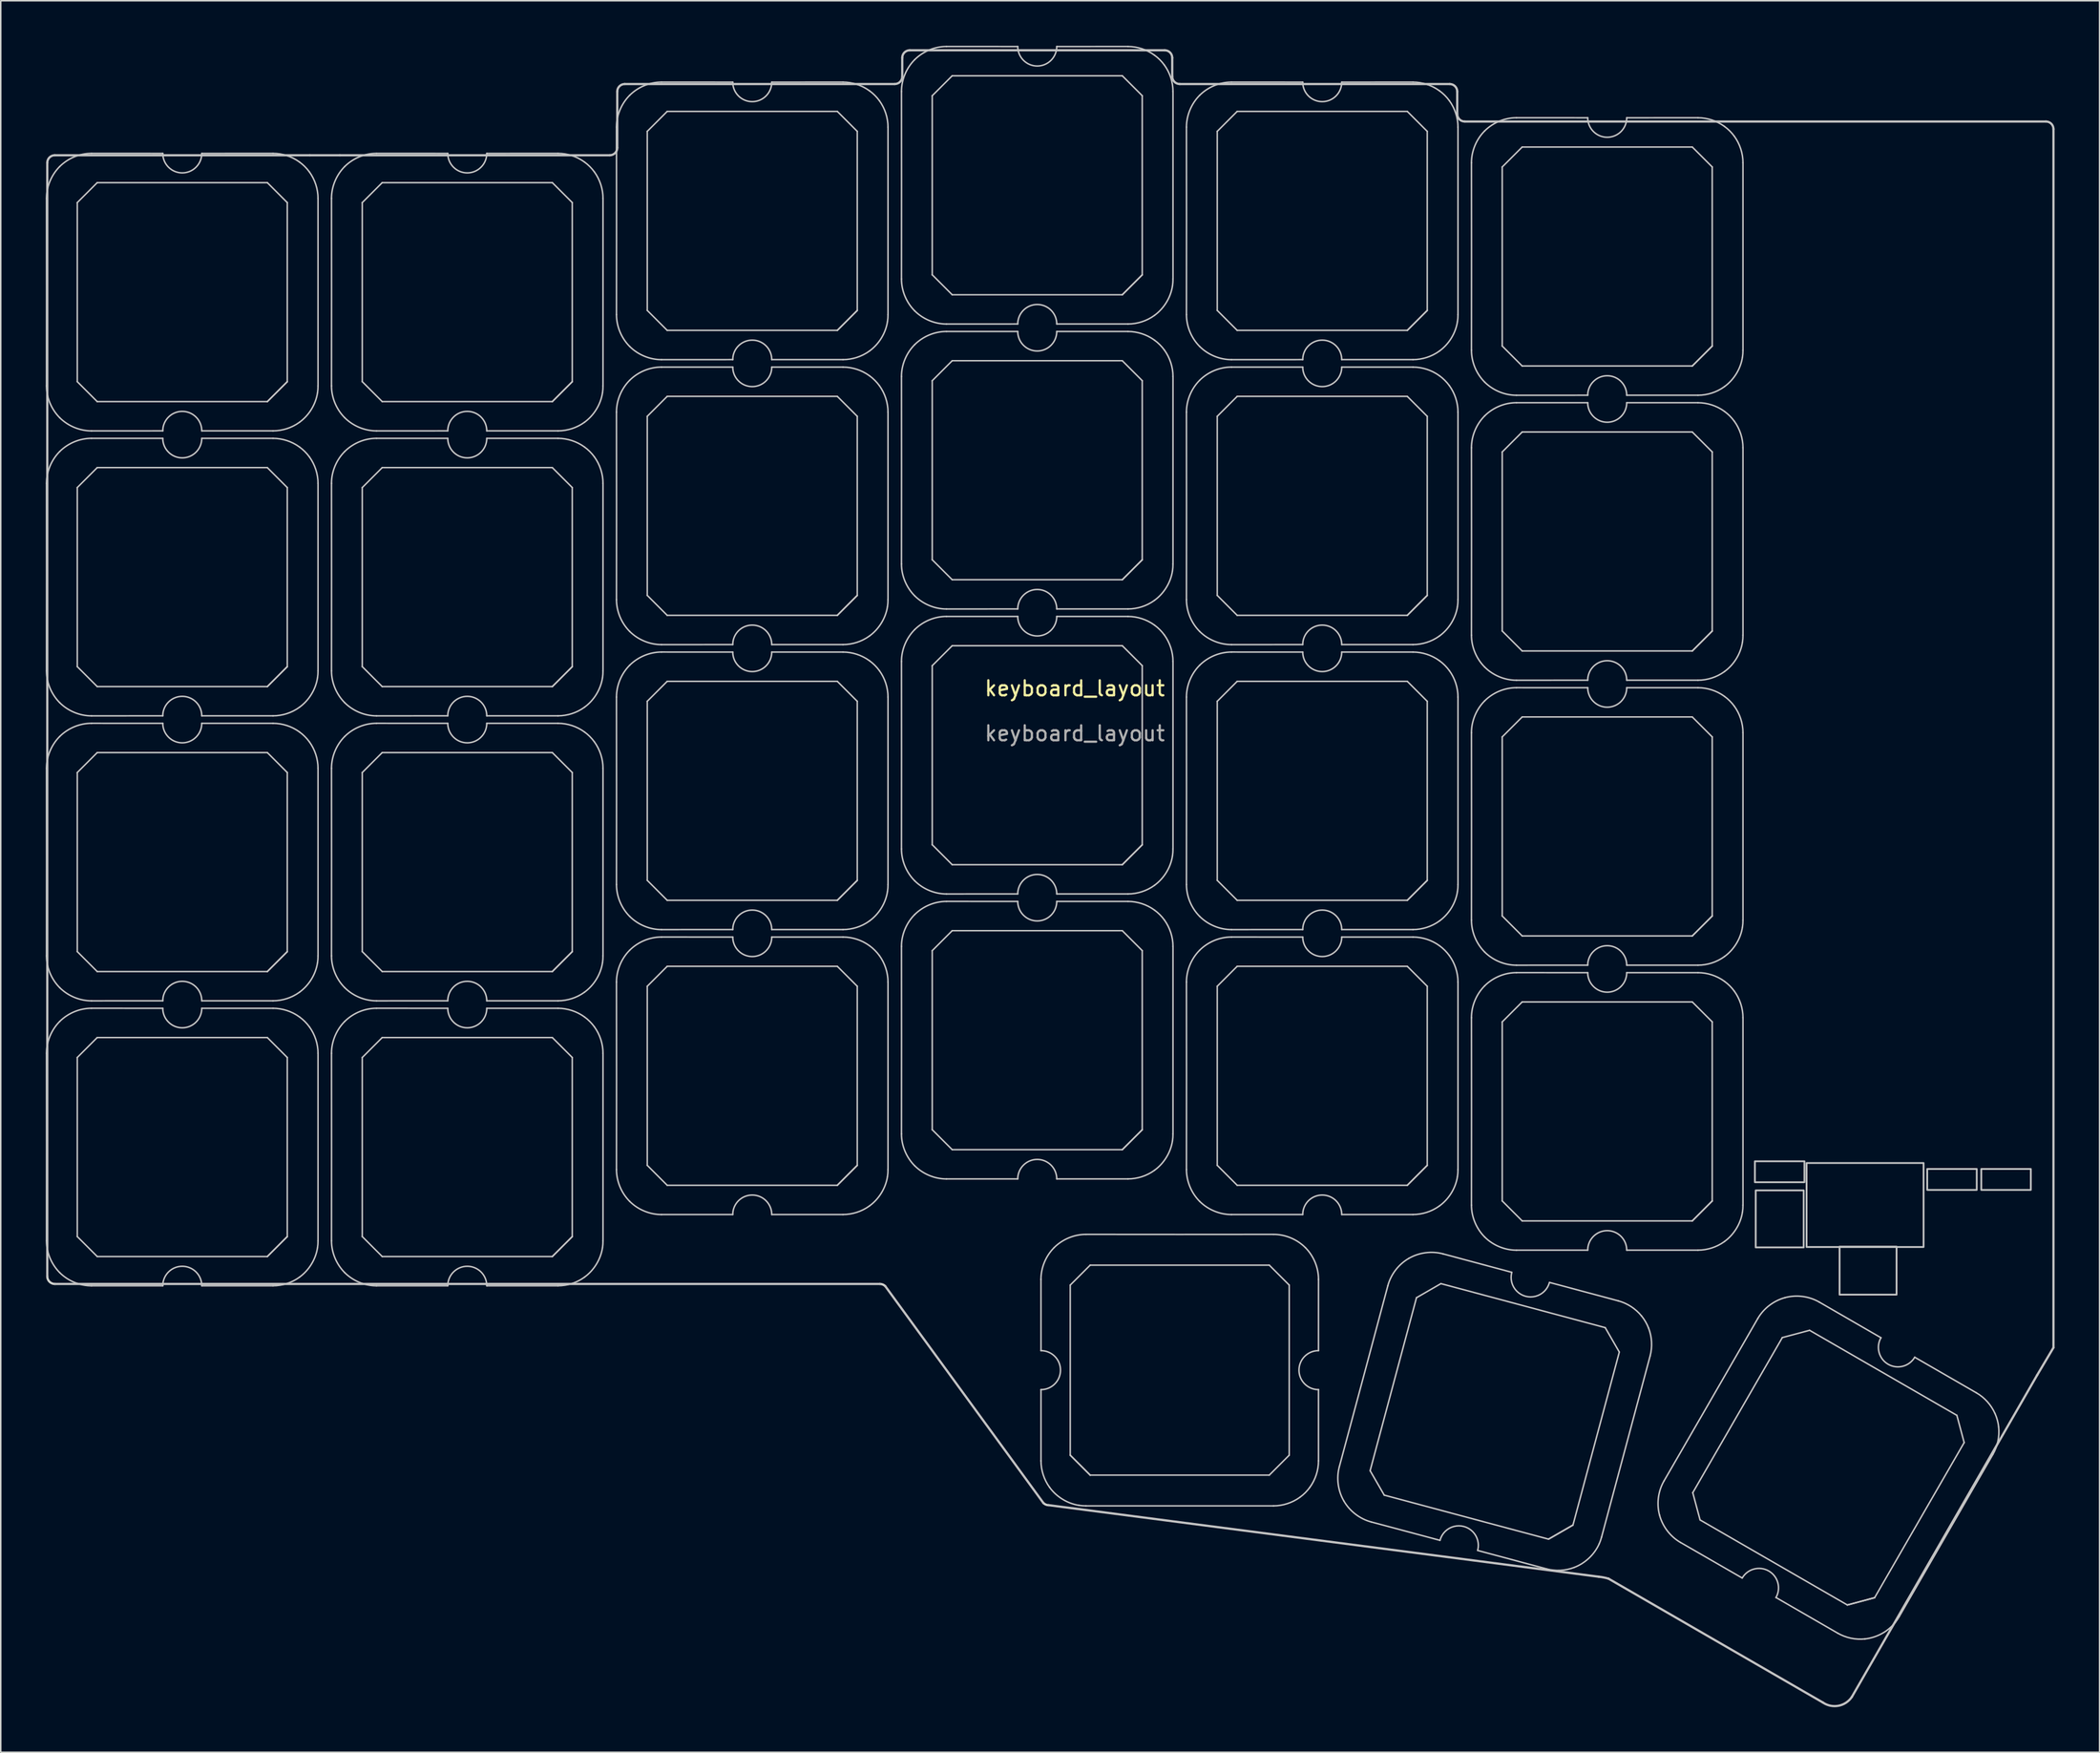
<source format=kicad_pcb>
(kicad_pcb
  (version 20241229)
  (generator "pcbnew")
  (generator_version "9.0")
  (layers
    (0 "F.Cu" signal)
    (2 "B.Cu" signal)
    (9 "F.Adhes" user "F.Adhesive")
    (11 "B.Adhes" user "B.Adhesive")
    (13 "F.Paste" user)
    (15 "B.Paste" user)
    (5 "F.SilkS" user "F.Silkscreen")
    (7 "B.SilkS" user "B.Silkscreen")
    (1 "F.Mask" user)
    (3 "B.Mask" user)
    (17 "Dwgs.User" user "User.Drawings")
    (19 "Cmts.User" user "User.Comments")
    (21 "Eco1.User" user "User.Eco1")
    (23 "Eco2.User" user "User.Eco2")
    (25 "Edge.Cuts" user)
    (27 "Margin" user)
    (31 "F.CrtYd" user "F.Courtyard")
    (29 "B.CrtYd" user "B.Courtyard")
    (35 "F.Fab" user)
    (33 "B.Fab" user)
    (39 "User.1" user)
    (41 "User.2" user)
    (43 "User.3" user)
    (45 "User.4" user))
  (footprint "keyboard_layout"
    (layer "F.Cu")
    (at 123.727 43.352)
    (property "Reference" "keyboard_layout" (at -55.125 -0.5 0) (unlocked yes) (layer "F.SilkS") (effects (font (size 1 1) (thickness 0.15))))
    (fp_line (start -123.625 -35.55) (end -123.625 38.7) (stroke (width 0.15) (type solid)) (layer "Dwgs.User"))
    (fp_line (start -121.625 -32.895) (end -120.295 -34.225) (stroke (width 0.1) (type solid)) (layer "Dwgs.User"))
    (fp_line (start -121.625 -20.955) (end -121.625 -32.895) (stroke (width 0.1) (type solid)) (layer "Dwgs.User"))
    (fp_line (start -121.625 -13.895) (end -120.295 -15.225) (stroke (width 0.1) (type solid)) (layer "Dwgs.User"))
    (fp_line (start -121.625 -1.955) (end -121.625 -13.895) (stroke (width 0.1) (type solid)) (layer "Dwgs.User"))
    (fp_line (start -121.625 5.105) (end -120.295 3.775) (stroke (width 0.1) (type solid)) (layer "Dwgs.User"))
    (fp_line (start -121.625 17.045) (end -121.625 5.105) (stroke (width 0.1) (type solid)) (layer "Dwgs.User"))
    (fp_line (start -121.625 24.105) (end -120.295 22.775) (stroke (width 0.1) (type solid)) (layer "Dwgs.User"))
    (fp_line (start -121.625 36.045) (end -121.625 24.105) (stroke (width 0.1) (type solid)) (layer "Dwgs.User"))
    (fp_line (start -120.675 -36.177) (end -115.925 -36.175) (stroke (width 0.1) (type solid)) (layer "Dwgs.User"))
    (fp_line (start -120.675 -17.673) (end -115.925 -17.675) (stroke (width 0.1) (type solid)) (layer "Dwgs.User"))
    (fp_line (start -120.675 -17.177) (end -115.925 -17.175) (stroke (width 0.1) (type solid)) (layer "Dwgs.User"))
    (fp_line (start -120.675 1.327) (end -115.925 1.325) (stroke (width 0.1) (type solid)) (layer "Dwgs.User"))
    (fp_line (start -120.675 1.823) (end -115.925 1.825) (stroke (width 0.1) (type solid)) (layer "Dwgs.User"))
    (fp_line (start -120.675 20.327) (end -115.925 20.325) (stroke (width 0.1) (type solid)) (layer "Dwgs.User"))
    (fp_line (start -120.675 20.823) (end -115.925 20.825) (stroke (width 0.1) (type solid)) (layer "Dwgs.User"))
    (fp_line (start -120.675 39.327) (end -115.925 39.325) (stroke (width 0.1) (type solid)) (layer "Dwgs.User"))
    (fp_line (start -120.295 -34.225) (end -108.955 -34.225) (stroke (width 0.1) (type solid)) (layer "Dwgs.User"))
    (fp_line (start -120.295 -19.625) (end -121.625 -20.955) (stroke (width 0.1) (type solid)) (layer "Dwgs.User"))
    (fp_line (start -120.295 -15.225) (end -108.955 -15.225) (stroke (width 0.1) (type solid)) (layer "Dwgs.User"))
    (fp_line (start -120.295 -0.625) (end -121.625 -1.955) (stroke (width 0.1) (type solid)) (layer "Dwgs.User"))
    (fp_line (start -120.295 3.775) (end -108.955 3.775) (stroke (width 0.1) (type solid)) (layer "Dwgs.User"))
    (fp_line (start -120.295 18.375) (end -121.625 17.045) (stroke (width 0.1) (type solid)) (layer "Dwgs.User"))
    (fp_line (start -120.295 22.775) (end -108.955 22.775) (stroke (width 0.1) (type solid)) (layer "Dwgs.User"))
    (fp_line (start -120.295 37.375) (end -121.625 36.045) (stroke (width 0.1) (type solid)) (layer "Dwgs.User"))
    (fp_line (start -113.325 -36.175) (end -108.576 -36.176) (stroke (width 0.1) (type solid)) (layer "Dwgs.User"))
    (fp_line (start -113.325 -17.675) (end -108.576 -17.675) (stroke (width 0.1) (type solid)) (layer "Dwgs.User"))
    (fp_line (start -113.325 -17.175) (end -108.576 -17.176) (stroke (width 0.1) (type solid)) (layer "Dwgs.User"))
    (fp_line (start -113.325 1.325) (end -108.576 1.325) (stroke (width 0.1) (type solid)) (layer "Dwgs.User"))
    (fp_line (start -113.325 1.825) (end -108.576 1.824) (stroke (width 0.1) (type solid)) (layer "Dwgs.User"))
    (fp_line (start -113.325 20.325) (end -108.576 20.325) (stroke (width 0.1) (type solid)) (layer "Dwgs.User"))
    (fp_line (start -113.325 20.825) (end -108.576 20.824) (stroke (width 0.1) (type solid)) (layer "Dwgs.User"))
    (fp_line (start -113.325 39.325) (end -108.576 39.325) (stroke (width 0.1) (type solid)) (layer "Dwgs.User"))
    (fp_line (start -108.955 -34.225) (end -107.625 -32.895) (stroke (width 0.1) (type solid)) (layer "Dwgs.User"))
    (fp_line (start -108.955 -19.625) (end -120.295 -19.625) (stroke (width 0.1) (type solid)) (layer "Dwgs.User"))
    (fp_line (start -108.955 -19.625) (end -107.625 -20.955) (stroke (width 0.1) (type solid)) (layer "Dwgs.User"))
    (fp_line (start -108.955 -15.225) (end -107.625 -13.895) (stroke (width 0.1) (type solid)) (layer "Dwgs.User"))
    (fp_line (start -108.955 -0.625) (end -120.295 -0.625) (stroke (width 0.1) (type solid)) (layer "Dwgs.User"))
    (fp_line (start -108.955 -0.625) (end -107.625 -1.955) (stroke (width 0.1) (type solid)) (layer "Dwgs.User"))
    (fp_line (start -108.955 3.775) (end -107.625 5.105) (stroke (width 0.1) (type solid)) (layer "Dwgs.User"))
    (fp_line (start -108.955 18.375) (end -120.295 18.375) (stroke (width 0.1) (type solid)) (layer "Dwgs.User"))
    (fp_line (start -108.955 18.375) (end -107.625 17.045) (stroke (width 0.1) (type solid)) (layer "Dwgs.User"))
    (fp_line (start -108.955 22.775) (end -107.625 24.105) (stroke (width 0.1) (type solid)) (layer "Dwgs.User"))
    (fp_line (start -108.955 37.375) (end -120.295 37.375) (stroke (width 0.1) (type solid)) (layer "Dwgs.User"))
    (fp_line (start -108.955 37.375) (end -107.625 36.045) (stroke (width 0.1) (type solid)) (layer "Dwgs.User"))
    (fp_line (start -107.625 -32.895) (end -107.625 -20.955) (stroke (width 0.1) (type solid)) (layer "Dwgs.User"))
    (fp_line (start -107.625 -20.955) (end -108.955 -19.625) (stroke (width 0.1) (type solid)) (layer "Dwgs.User"))
    (fp_line (start -107.625 -13.895) (end -107.625 -1.955) (stroke (width 0.1) (type solid)) (layer "Dwgs.User"))
    (fp_line (start -107.625 -1.955) (end -108.955 -0.625) (stroke (width 0.1) (type solid)) (layer "Dwgs.User"))
    (fp_line (start -107.625 5.105) (end -107.625 17.045) (stroke (width 0.1) (type solid)) (layer "Dwgs.User"))
    (fp_line (start -107.625 17.045) (end -108.955 18.375) (stroke (width 0.1) (type solid)) (layer "Dwgs.User"))
    (fp_line (start -107.625 24.105) (end -107.625 36.045) (stroke (width 0.1) (type solid)) (layer "Dwgs.User"))
    (fp_line (start -107.625 36.045) (end -108.955 37.375) (stroke (width 0.1) (type solid)) (layer "Dwgs.User"))
    (fp_line (start -106.125 -36.05) (end -123.125 -36.05) (stroke (width 0.15) (type solid)) (layer "Dwgs.User"))
    (fp_line (start -106.125 -36.05) (end -104.125 -36.05) (stroke (width 0.15) (type solid)) (layer "Dwgs.User"))
    (fp_line (start -102.625 -32.895) (end -101.295 -34.225) (stroke (width 0.1) (type solid)) (layer "Dwgs.User"))
    (fp_line (start -102.625 -20.955) (end -102.625 -32.895) (stroke (width 0.1) (type solid)) (layer "Dwgs.User"))
    (fp_line (start -102.625 -13.895) (end -101.295 -15.225) (stroke (width 0.1) (type solid)) (layer "Dwgs.User"))
    (fp_line (start -102.625 -1.955) (end -102.625 -13.895) (stroke (width 0.1) (type solid)) (layer "Dwgs.User"))
    (fp_line (start -102.625 5.105) (end -101.295 3.775) (stroke (width 0.1) (type solid)) (layer "Dwgs.User"))
    (fp_line (start -102.625 17.045) (end -102.625 5.105) (stroke (width 0.1) (type solid)) (layer "Dwgs.User"))
    (fp_line (start -102.625 24.105) (end -101.295 22.775) (stroke (width 0.1) (type solid)) (layer "Dwgs.User"))
    (fp_line (start -102.625 36.045) (end -102.625 24.105) (stroke (width 0.1) (type solid)) (layer "Dwgs.User"))
    (fp_line (start -101.675 -36.177) (end -96.925 -36.175) (stroke (width 0.1) (type solid)) (layer "Dwgs.User"))
    (fp_line (start -101.675 -17.673) (end -96.925 -17.675) (stroke (width 0.1) (type solid)) (layer "Dwgs.User"))
    (fp_line (start -101.675 -17.177) (end -96.925 -17.175) (stroke (width 0.1) (type solid)) (layer "Dwgs.User"))
    (fp_line (start -101.675 1.327) (end -96.925 1.325) (stroke (width 0.1) (type solid)) (layer "Dwgs.User"))
    (fp_line (start -101.675 1.823) (end -96.925 1.825) (stroke (width 0.1) (type solid)) (layer "Dwgs.User"))
    (fp_line (start -101.675 20.327) (end -96.925 20.325) (stroke (width 0.1) (type solid)) (layer "Dwgs.User"))
    (fp_line (start -101.675 20.823) (end -96.925 20.825) (stroke (width 0.1) (type solid)) (layer "Dwgs.User"))
    (fp_line (start -101.675 39.327) (end -96.925 39.325) (stroke (width 0.1) (type solid)) (layer "Dwgs.User"))
    (fp_line (start -101.295 -34.225) (end -89.955 -34.225) (stroke (width 0.1) (type solid)) (layer "Dwgs.User"))
    (fp_line (start -101.295 -19.625) (end -102.625 -20.955) (stroke (width 0.1) (type solid)) (layer "Dwgs.User"))
    (fp_line (start -101.295 -15.225) (end -89.955 -15.225) (stroke (width 0.1) (type solid)) (layer "Dwgs.User"))
    (fp_line (start -101.295 -0.625) (end -102.625 -1.955) (stroke (width 0.1) (type solid)) (layer "Dwgs.User"))
    (fp_line (start -101.295 3.775) (end -89.955 3.775) (stroke (width 0.1) (type solid)) (layer "Dwgs.User"))
    (fp_line (start -101.295 18.375) (end -102.625 17.045) (stroke (width 0.1) (type solid)) (layer "Dwgs.User"))
    (fp_line (start -101.295 22.775) (end -89.955 22.775) (stroke (width 0.1) (type solid)) (layer "Dwgs.User"))
    (fp_line (start -101.295 37.375) (end -102.625 36.045) (stroke (width 0.1) (type solid)) (layer "Dwgs.User"))
    (fp_line (start -94.325 -36.175) (end -89.576 -36.176) (stroke (width 0.1) (type solid)) (layer "Dwgs.User"))
    (fp_line (start -94.325 -17.675) (end -89.576 -17.675) (stroke (width 0.1) (type solid)) (layer "Dwgs.User"))
    (fp_line (start -94.325 -17.175) (end -89.576 -17.176) (stroke (width 0.1) (type solid)) (layer "Dwgs.User"))
    (fp_line (start -94.325 1.325) (end -89.576 1.325) (stroke (width 0.1) (type solid)) (layer "Dwgs.User"))
    (fp_line (start -94.325 1.825) (end -89.576 1.824) (stroke (width 0.1) (type solid)) (layer "Dwgs.User"))
    (fp_line (start -94.325 20.325) (end -89.576 20.325) (stroke (width 0.1) (type solid)) (layer "Dwgs.User"))
    (fp_line (start -94.325 20.825) (end -89.576 20.824) (stroke (width 0.1) (type solid)) (layer "Dwgs.User"))
    (fp_line (start -94.325 39.325) (end -89.576 39.325) (stroke (width 0.1) (type solid)) (layer "Dwgs.User"))
    (fp_line (start -89.955 -34.225) (end -88.625 -32.895) (stroke (width 0.1) (type solid)) (layer "Dwgs.User"))
    (fp_line (start -89.955 -19.625) (end -101.295 -19.625) (stroke (width 0.1) (type solid)) (layer "Dwgs.User"))
    (fp_line (start -89.955 -19.625) (end -88.625 -20.955) (stroke (width 0.1) (type solid)) (layer "Dwgs.User"))
    (fp_line (start -89.955 -15.225) (end -88.625 -13.895) (stroke (width 0.1) (type solid)) (layer "Dwgs.User"))
    (fp_line (start -89.955 -0.625) (end -101.295 -0.625) (stroke (width 0.1) (type solid)) (layer "Dwgs.User"))
    (fp_line (start -89.955 -0.625) (end -88.625 -1.955) (stroke (width 0.1) (type solid)) (layer "Dwgs.User"))
    (fp_line (start -89.955 3.775) (end -88.625 5.105) (stroke (width 0.1) (type solid)) (layer "Dwgs.User"))
    (fp_line (start -89.955 18.375) (end -101.295 18.375) (stroke (width 0.1) (type solid)) (layer "Dwgs.User"))
    (fp_line (start -89.955 18.375) (end -88.625 17.045) (stroke (width 0.1) (type solid)) (layer "Dwgs.User"))
    (fp_line (start -89.955 22.775) (end -88.625 24.105) (stroke (width 0.1) (type solid)) (layer "Dwgs.User"))
    (fp_line (start -89.955 37.375) (end -101.295 37.375) (stroke (width 0.1) (type solid)) (layer "Dwgs.User"))
    (fp_line (start -89.955 37.375) (end -88.625 36.045) (stroke (width 0.1) (type solid)) (layer "Dwgs.User"))
    (fp_line (start -88.625 -32.895) (end -88.625 -20.955) (stroke (width 0.1) (type solid)) (layer "Dwgs.User"))
    (fp_line (start -88.625 -20.955) (end -89.955 -19.625) (stroke (width 0.1) (type solid)) (layer "Dwgs.User"))
    (fp_line (start -88.625 -13.895) (end -88.625 -1.955) (stroke (width 0.1) (type solid)) (layer "Dwgs.User"))
    (fp_line (start -88.625 -1.955) (end -89.955 -0.625) (stroke (width 0.1) (type solid)) (layer "Dwgs.User"))
    (fp_line (start -88.625 5.105) (end -88.625 17.045) (stroke (width 0.1) (type solid)) (layer "Dwgs.User"))
    (fp_line (start -88.625 17.045) (end -89.955 18.375) (stroke (width 0.1) (type solid)) (layer "Dwgs.User"))
    (fp_line (start -88.625 24.105) (end -88.625 36.045) (stroke (width 0.1) (type solid)) (layer "Dwgs.User"))
    (fp_line (start -88.625 36.045) (end -89.955 37.375) (stroke (width 0.1) (type solid)) (layer "Dwgs.User"))
    (fp_line (start -86.125 -36.05) (end -104.125 -36.05) (stroke (width 0.15) (type solid)) (layer "Dwgs.User"))
    (fp_line (start -85.625 -40.3) (end -85.625 -36.55) (stroke (width 0.15) (type solid)) (layer "Dwgs.User"))
    (fp_line (start -83.625 -37.645) (end -82.295 -38.975) (stroke (width 0.1) (type solid)) (layer "Dwgs.User"))
    (fp_line (start -83.625 -25.705) (end -83.625 -37.645) (stroke (width 0.1) (type solid)) (layer "Dwgs.User"))
    (fp_line (start -83.625 -18.645) (end -82.295 -19.975) (stroke (width 0.1) (type solid)) (layer "Dwgs.User"))
    (fp_line (start -83.625 -6.705) (end -83.625 -18.645) (stroke (width 0.1) (type solid)) (layer "Dwgs.User"))
    (fp_line (start -83.625 0.355) (end -82.295 -0.975) (stroke (width 0.1) (type solid)) (layer "Dwgs.User"))
    (fp_line (start -83.625 12.295) (end -83.625 0.355) (stroke (width 0.1) (type solid)) (layer "Dwgs.User"))
    (fp_line (start -83.625 19.355) (end -82.295 18.025) (stroke (width 0.1) (type solid)) (layer "Dwgs.User"))
    (fp_line (start -83.625 31.295) (end -83.625 19.355) (stroke (width 0.1) (type solid)) (layer "Dwgs.User"))
    (fp_line (start -82.675 -40.927) (end -77.925 -40.925) (stroke (width 0.1) (type solid)) (layer "Dwgs.User"))
    (fp_line (start -82.675 -22.423) (end -77.925 -22.425) (stroke (width 0.1) (type solid)) (layer "Dwgs.User"))
    (fp_line (start -82.675 -21.927) (end -77.925 -21.925) (stroke (width 0.1) (type solid)) (layer "Dwgs.User"))
    (fp_line (start -82.675 -3.423) (end -77.925 -3.425) (stroke (width 0.1) (type solid)) (layer "Dwgs.User"))
    (fp_line (start -82.675 -2.927) (end -77.925 -2.925) (stroke (width 0.1) (type solid)) (layer "Dwgs.User"))
    (fp_line (start -82.675 15.577) (end -77.925 15.575) (stroke (width 0.1) (type solid)) (layer "Dwgs.User"))
    (fp_line (start -82.675 16.073) (end -77.925 16.075) (stroke (width 0.1) (type solid)) (layer "Dwgs.User"))
    (fp_line (start -82.675 34.577) (end -77.925 34.575) (stroke (width 0.1) (type solid)) (layer "Dwgs.User"))
    (fp_line (start -82.295 -38.975) (end -70.955 -38.975) (stroke (width 0.1) (type solid)) (layer "Dwgs.User"))
    (fp_line (start -82.295 -24.375) (end -83.625 -25.705) (stroke (width 0.1) (type solid)) (layer "Dwgs.User"))
    (fp_line (start -82.295 -19.975) (end -70.955 -19.975) (stroke (width 0.1) (type solid)) (layer "Dwgs.User"))
    (fp_line (start -82.295 -5.375) (end -83.625 -6.705) (stroke (width 0.1) (type solid)) (layer "Dwgs.User"))
    (fp_line (start -82.295 -0.975) (end -70.955 -0.975) (stroke (width 0.1) (type solid)) (layer "Dwgs.User"))
    (fp_line (start -82.295 13.625) (end -83.625 12.295) (stroke (width 0.1) (type solid)) (layer "Dwgs.User"))
    (fp_line (start -82.295 18.025) (end -70.955 18.025) (stroke (width 0.1) (type solid)) (layer "Dwgs.User"))
    (fp_line (start -82.295 32.625) (end -83.625 31.295) (stroke (width 0.1) (type solid)) (layer "Dwgs.User"))
    (fp_line (start -75.325 -40.925) (end -70.576 -40.926) (stroke (width 0.1) (type solid)) (layer "Dwgs.User"))
    (fp_line (start -75.325 -22.425) (end -70.576 -22.425) (stroke (width 0.1) (type solid)) (layer "Dwgs.User"))
    (fp_line (start -75.325 -21.925) (end -70.576 -21.926) (stroke (width 0.1) (type solid)) (layer "Dwgs.User"))
    (fp_line (start -75.325 -3.425) (end -70.576 -3.425) (stroke (width 0.1) (type solid)) (layer "Dwgs.User"))
    (fp_line (start -75.325 -2.925) (end -70.576 -2.926) (stroke (width 0.1) (type solid)) (layer "Dwgs.User"))
    (fp_line (start -75.325 15.575) (end -70.576 15.575) (stroke (width 0.1) (type solid)) (layer "Dwgs.User"))
    (fp_line (start -75.325 16.075) (end -70.576 16.074) (stroke (width 0.1) (type solid)) (layer "Dwgs.User"))
    (fp_line (start -75.325 34.575) (end -70.576 34.575) (stroke (width 0.1) (type solid)) (layer "Dwgs.User"))
    (fp_line (start -70.955 -38.975) (end -69.625 -37.645) (stroke (width 0.1) (type solid)) (layer "Dwgs.User"))
    (fp_line (start -70.955 -24.375) (end -82.295 -24.375) (stroke (width 0.1) (type solid)) (layer "Dwgs.User"))
    (fp_line (start -70.955 -24.375) (end -69.625 -25.705) (stroke (width 0.1) (type solid)) (layer "Dwgs.User"))
    (fp_line (start -70.955 -19.975) (end -69.625 -18.645) (stroke (width 0.1) (type solid)) (layer "Dwgs.User"))
    (fp_line (start -70.955 -5.375) (end -82.295 -5.375) (stroke (width 0.1) (type solid)) (layer "Dwgs.User"))
    (fp_line (start -70.955 -5.375) (end -69.625 -6.705) (stroke (width 0.1) (type solid)) (layer "Dwgs.User"))
    (fp_line (start -70.955 -0.975) (end -69.625 0.355) (stroke (width 0.1) (type solid)) (layer "Dwgs.User"))
    (fp_line (start -70.955 13.625) (end -82.295 13.625) (stroke (width 0.1) (type solid)) (layer "Dwgs.User"))
    (fp_line (start -70.955 13.625) (end -69.625 12.295) (stroke (width 0.1) (type solid)) (layer "Dwgs.User"))
    (fp_line (start -70.955 18.025) (end -69.625 19.355) (stroke (width 0.1) (type solid)) (layer "Dwgs.User"))
    (fp_line (start -70.955 32.625) (end -82.295 32.625) (stroke (width 0.1) (type solid)) (layer "Dwgs.User"))
    (fp_line (start -70.955 32.625) (end -69.625 31.295) (stroke (width 0.1) (type solid)) (layer "Dwgs.User"))
    (fp_line (start -69.625 -37.645) (end -69.625 -25.705) (stroke (width 0.1) (type solid)) (layer "Dwgs.User"))
    (fp_line (start -69.625 -25.705) (end -70.955 -24.375) (stroke (width 0.1) (type solid)) (layer "Dwgs.User"))
    (fp_line (start -69.625 -18.645) (end -69.625 -6.705) (stroke (width 0.1) (type solid)) (layer "Dwgs.User"))
    (fp_line (start -69.625 -6.705) (end -70.955 -5.375) (stroke (width 0.1) (type solid)) (layer "Dwgs.User"))
    (fp_line (start -69.625 0.355) (end -69.625 12.295) (stroke (width 0.1) (type solid)) (layer "Dwgs.User"))
    (fp_line (start -69.625 12.295) (end -70.955 13.625) (stroke (width 0.1) (type solid)) (layer "Dwgs.User"))
    (fp_line (start -69.625 19.355) (end -69.625 31.295) (stroke (width 0.1) (type solid)) (layer "Dwgs.User"))
    (fp_line (start -69.625 31.295) (end -70.955 32.625) (stroke (width 0.1) (type solid)) (layer "Dwgs.User"))
    (fp_line (start -68.111 39.204) (end -123.111 39.204) (stroke (width 0.15) (type solid)) (layer "Dwgs.User"))
    (fp_line (start -67.758 39.35) (end -57.215 53.807) (stroke (width 0.15) (type solid)) (layer "Dwgs.User"))
    (fp_line (start -67.125 -40.8) (end -85.125 -40.8) (stroke (width 0.15) (type solid)) (layer "Dwgs.User"))
    (fp_line (start -66.625 -42.55) (end -66.625 -41.3) (stroke (width 0.15) (type solid)) (layer "Dwgs.User"))
    (fp_line (start -64.625 -21.02) (end -63.295 -22.35) (stroke (width 0.1) (type solid)) (layer "Dwgs.User"))
    (fp_line (start -64.625 -9.08) (end -64.625 -21.02) (stroke (width 0.1) (type solid)) (layer "Dwgs.User"))
    (fp_line (start -64.625 -2.02) (end -63.295 -3.35) (stroke (width 0.1) (type solid)) (layer "Dwgs.User"))
    (fp_line (start -64.625 9.92) (end -64.625 -2.02) (stroke (width 0.1) (type solid)) (layer "Dwgs.User"))
    (fp_line (start -64.625 16.98) (end -63.295 15.65) (stroke (width 0.1) (type solid)) (layer "Dwgs.User"))
    (fp_line (start -64.625 28.92) (end -64.625 16.98) (stroke (width 0.1) (type solid)) (layer "Dwgs.User"))
    (fp_line (start -64.625 -40.02) (end -63.295 -41.35) (stroke (width 0.1) (type solid)) (layer "Dwgs.User"))
    (fp_line (start -64.625 -28.08) (end -64.625 -40.02) (stroke (width 0.1) (type solid)) (layer "Dwgs.User"))
    (fp_line (start -63.675 -24.302) (end -58.925 -24.3) (stroke (width 0.1) (type solid)) (layer "Dwgs.User"))
    (fp_line (start -63.675 -5.798) (end -58.925 -5.8) (stroke (width 0.1) (type solid)) (layer "Dwgs.User"))
    (fp_line (start -63.675 -5.302) (end -58.925 -5.3) (stroke (width 0.1) (type solid)) (layer "Dwgs.User"))
    (fp_line (start -63.675 13.202) (end -58.925 13.2) (stroke (width 0.1) (type solid)) (layer "Dwgs.User"))
    (fp_line (start -63.675 13.698) (end -58.925 13.7) (stroke (width 0.1) (type solid)) (layer "Dwgs.User"))
    (fp_line (start -63.675 32.202) (end -58.925 32.2) (stroke (width 0.1) (type solid)) (layer "Dwgs.User"))
    (fp_line (start -63.675 -43.302) (end -58.925 -43.3) (stroke (width 0.1) (type solid)) (layer "Dwgs.User"))
    (fp_line (start -63.675 -24.798) (end -58.925 -24.8) (stroke (width 0.1) (type solid)) (layer "Dwgs.User"))
    (fp_line (start -63.295 -22.35) (end -51.955 -22.35) (stroke (width 0.1) (type solid)) (layer "Dwgs.User"))
    (fp_line (start -63.295 -7.75) (end -64.625 -9.08) (stroke (width 0.1) (type solid)) (layer "Dwgs.User"))
    (fp_line (start -63.295 -3.35) (end -51.955 -3.35) (stroke (width 0.1) (type solid)) (layer "Dwgs.User"))
    (fp_line (start -63.295 11.25) (end -64.625 9.92) (stroke (width 0.1) (type solid)) (layer "Dwgs.User"))
    (fp_line (start -63.295 15.65) (end -51.955 15.65) (stroke (width 0.1) (type solid)) (layer "Dwgs.User"))
    (fp_line (start -63.295 30.25) (end -64.625 28.92) (stroke (width 0.1) (type solid)) (layer "Dwgs.User"))
    (fp_line (start -63.295 -41.35) (end -51.955 -41.35) (stroke (width 0.1) (type solid)) (layer "Dwgs.User"))
    (fp_line (start -63.295 -26.75) (end -64.625 -28.08) (stroke (width 0.1) (type solid)) (layer "Dwgs.User"))
    (fp_line (start -57.377 38.9) (end -57.375 43.65) (stroke (width 0.1) (type solid)) (layer "Dwgs.User"))
    (fp_line (start -57.375 46.25) (end -57.375 50.999) (stroke (width 0.1) (type solid)) (layer "Dwgs.User"))
    (fp_line (start -56.861 53.954) (end -20.191 58.724) (stroke (width 0.15) (type solid)) (layer "Dwgs.User"))
    (fp_line (start -56.325 -24.3) (end -51.576 -24.301) (stroke (width 0.1) (type solid)) (layer "Dwgs.User"))
    (fp_line (start -56.325 -5.8) (end -51.576 -5.8) (stroke (width 0.1) (type solid)) (layer "Dwgs.User"))
    (fp_line (start -56.325 -5.3) (end -51.576 -5.301) (stroke (width 0.1) (type solid)) (layer "Dwgs.User"))
    (fp_line (start -56.325 13.2) (end -51.576 13.2) (stroke (width 0.1) (type solid)) (layer "Dwgs.User"))
    (fp_line (start -56.325 13.7) (end -51.576 13.699) (stroke (width 0.1) (type solid)) (layer "Dwgs.User"))
    (fp_line (start -56.325 32.2) (end -51.576 32.2) (stroke (width 0.1) (type solid)) (layer "Dwgs.User"))
    (fp_line (start -56.325 -43.3) (end -51.575 -43.301) (stroke (width 0.1) (type solid)) (layer "Dwgs.User"))
    (fp_line (start -56.325 -24.8) (end -51.575 -24.8) (stroke (width 0.1) (type solid)) (layer "Dwgs.User"))
    (fp_line (start -55.425 39.28) (end -54.095 37.95) (stroke (width 0.1) (type solid)) (layer "Dwgs.User"))
    (fp_line (start -55.425 50.62) (end -55.425 39.28) (stroke (width 0.1) (type solid)) (layer "Dwgs.User"))
    (fp_line (start -55.425 50.62) (end -54.095 51.95) (stroke (width 0.1) (type solid)) (layer "Dwgs.User"))
    (fp_line (start -54.095 37.95) (end -42.155 37.95) (stroke (width 0.1) (type solid)) (layer "Dwgs.User"))
    (fp_line (start -54.095 51.95) (end -55.425 50.62) (stroke (width 0.1) (type solid)) (layer "Dwgs.User"))
    (fp_line (start -51.955 -22.35) (end -50.625 -21.02) (stroke (width 0.1) (type solid)) (layer "Dwgs.User"))
    (fp_line (start -51.955 -7.75) (end -63.295 -7.75) (stroke (width 0.1) (type solid)) (layer "Dwgs.User"))
    (fp_line (start -51.955 -7.75) (end -50.625 -9.08) (stroke (width 0.1) (type solid)) (layer "Dwgs.User"))
    (fp_line (start -51.955 -3.35) (end -50.625 -2.02) (stroke (width 0.1) (type solid)) (layer "Dwgs.User"))
    (fp_line (start -51.955 11.25) (end -63.295 11.25) (stroke (width 0.1) (type solid)) (layer "Dwgs.User"))
    (fp_line (start -51.955 11.25) (end -50.625 9.92) (stroke (width 0.1) (type solid)) (layer "Dwgs.User"))
    (fp_line (start -51.955 15.65) (end -50.625 16.98) (stroke (width 0.1) (type solid)) (layer "Dwgs.User"))
    (fp_line (start -51.955 30.25) (end -63.295 30.25) (stroke (width 0.1) (type solid)) (layer "Dwgs.User"))
    (fp_line (start -51.955 30.25) (end -50.625 28.92) (stroke (width 0.1) (type solid)) (layer "Dwgs.User"))
    (fp_line (start -51.955 -41.35) (end -50.625 -40.02) (stroke (width 0.1) (type solid)) (layer "Dwgs.User"))
    (fp_line (start -51.955 -26.75) (end -63.295 -26.75) (stroke (width 0.1) (type solid)) (layer "Dwgs.User"))
    (fp_line (start -51.955 -26.75) (end -50.625 -28.08) (stroke (width 0.1) (type solid)) (layer "Dwgs.User"))
    (fp_line (start -50.625 -21.02) (end -50.625 -9.08) (stroke (width 0.1) (type solid)) (layer "Dwgs.User"))
    (fp_line (start -50.625 -9.08) (end -51.955 -7.75) (stroke (width 0.1) (type solid)) (layer "Dwgs.User"))
    (fp_line (start -50.625 -2.02) (end -50.625 9.92) (stroke (width 0.1) (type solid)) (layer "Dwgs.User"))
    (fp_line (start -50.625 9.92) (end -51.955 11.25) (stroke (width 0.1) (type solid)) (layer "Dwgs.User"))
    (fp_line (start -50.625 16.98) (end -50.625 28.92) (stroke (width 0.1) (type solid)) (layer "Dwgs.User"))
    (fp_line (start -50.625 28.92) (end -51.955 30.25) (stroke (width 0.1) (type solid)) (layer "Dwgs.User"))
    (fp_line (start -50.625 -40.02) (end -50.625 -28.08) (stroke (width 0.1) (type solid)) (layer "Dwgs.User"))
    (fp_line (start -50.625 -28.08) (end -51.955 -26.75) (stroke (width 0.1) (type solid)) (layer "Dwgs.User"))
    (fp_line (start -49.125 -43.05) (end -66.125 -43.05) (stroke (width 0.15) (type solid)) (layer "Dwgs.User"))
    (fp_line (start -48.625 -41.3) (end -48.625 -42.55) (stroke (width 0.15) (type solid)) (layer "Dwgs.User"))
    (fp_line (start -45.625 -37.645) (end -44.295 -38.975) (stroke (width 0.1) (type solid)) (layer "Dwgs.User"))
    (fp_line (start -45.625 -25.705) (end -45.625 -37.645) (stroke (width 0.1) (type solid)) (layer "Dwgs.User"))
    (fp_line (start -45.625 -18.645) (end -44.295 -19.975) (stroke (width 0.1) (type solid)) (layer "Dwgs.User"))
    (fp_line (start -45.625 -6.705) (end -45.625 -18.645) (stroke (width 0.1) (type solid)) (layer "Dwgs.User"))
    (fp_line (start -45.625 0.355) (end -44.295 -0.975) (stroke (width 0.1) (type solid)) (layer "Dwgs.User"))
    (fp_line (start -45.625 12.295) (end -45.625 0.355) (stroke (width 0.1) (type solid)) (layer "Dwgs.User"))
    (fp_line (start -45.625 19.355) (end -44.295 18.025) (stroke (width 0.1) (type solid)) (layer "Dwgs.User"))
    (fp_line (start -45.625 31.295) (end -45.625 19.355) (stroke (width 0.1) (type solid)) (layer "Dwgs.User"))
    (fp_line (start -44.675 -40.927) (end -39.925 -40.925) (stroke (width 0.1) (type solid)) (layer "Dwgs.User"))
    (fp_line (start -44.675 -22.423) (end -39.925 -22.425) (stroke (width 0.1) (type solid)) (layer "Dwgs.User"))
    (fp_line (start -44.675 -21.927) (end -39.925 -21.925) (stroke (width 0.1) (type solid)) (layer "Dwgs.User"))
    (fp_line (start -44.675 -3.423) (end -39.925 -3.425) (stroke (width 0.1) (type solid)) (layer "Dwgs.User"))
    (fp_line (start -44.675 -2.927) (end -39.925 -2.925) (stroke (width 0.1) (type solid)) (layer "Dwgs.User"))
    (fp_line (start -44.675 15.577) (end -39.925 15.575) (stroke (width 0.1) (type solid)) (layer "Dwgs.User"))
    (fp_line (start -44.675 16.073) (end -39.925 16.075) (stroke (width 0.1) (type solid)) (layer "Dwgs.User"))
    (fp_line (start -44.675 34.577) (end -39.925 34.575) (stroke (width 0.1) (type solid)) (layer "Dwgs.User"))
    (fp_line (start -44.295 -38.975) (end -32.955 -38.975) (stroke (width 0.1) (type solid)) (layer "Dwgs.User"))
    (fp_line (start -44.295 -24.375) (end -45.625 -25.705) (stroke (width 0.1) (type solid)) (layer "Dwgs.User"))
    (fp_line (start -44.295 -19.975) (end -32.955 -19.975) (stroke (width 0.1) (type solid)) (layer "Dwgs.User"))
    (fp_line (start -44.295 -5.375) (end -45.625 -6.705) (stroke (width 0.1) (type solid)) (layer "Dwgs.User"))
    (fp_line (start -44.295 -0.975) (end -32.955 -0.975) (stroke (width 0.1) (type solid)) (layer "Dwgs.User"))
    (fp_line (start -44.295 13.625) (end -45.625 12.295) (stroke (width 0.1) (type solid)) (layer "Dwgs.User"))
    (fp_line (start -44.295 18.025) (end -32.955 18.025) (stroke (width 0.1) (type solid)) (layer "Dwgs.User"))
    (fp_line (start -44.295 32.625) (end -45.625 31.295) (stroke (width 0.1) (type solid)) (layer "Dwgs.User"))
    (fp_line (start -42.155 37.95) (end -40.825 39.28) (stroke (width 0.1) (type solid)) (layer "Dwgs.User"))
    (fp_line (start -42.155 51.95) (end -54.095 51.95) (stroke (width 0.1) (type solid)) (layer "Dwgs.User"))
    (fp_line (start -40.825 39.28) (end -40.825 50.62) (stroke (width 0.1) (type solid)) (layer "Dwgs.User"))
    (fp_line (start -40.825 50.62) (end -42.155 51.95) (stroke (width 0.1) (type solid)) (layer "Dwgs.User"))
    (fp_line (start -38.875 46.25) (end -38.874 50.999) (stroke (width 0.1) (type solid)) (layer "Dwgs.User"))
    (fp_line (start -38.873 38.9) (end -38.875 43.65) (stroke (width 0.1) (type solid)) (layer "Dwgs.User"))
    (fp_line (start -37.325 -40.925) (end -32.576 -40.926) (stroke (width 0.1) (type solid)) (layer "Dwgs.User"))
    (fp_line (start -37.325 -22.425) (end -32.576 -22.425) (stroke (width 0.1) (type solid)) (layer "Dwgs.User"))
    (fp_line (start -37.325 -21.925) (end -32.576 -21.926) (stroke (width 0.1) (type solid)) (layer "Dwgs.User"))
    (fp_line (start -37.325 -3.425) (end -32.576 -3.425) (stroke (width 0.1) (type solid)) (layer "Dwgs.User"))
    (fp_line (start -37.325 -2.925) (end -32.576 -2.926) (stroke (width 0.1) (type solid)) (layer "Dwgs.User"))
    (fp_line (start -37.325 15.575) (end -32.576 15.575) (stroke (width 0.1) (type solid)) (layer "Dwgs.User"))
    (fp_line (start -37.325 16.075) (end -32.576 16.074) (stroke (width 0.1) (type solid)) (layer "Dwgs.User"))
    (fp_line (start -37.325 34.575) (end -32.576 34.575) (stroke (width 0.1) (type solid)) (layer "Dwgs.User"))
    (fp_line (start -35.432 51.655) (end -32.342 40.122) (stroke (width 0.1) (type solid)) (layer "Dwgs.User"))
    (fp_line (start -35.364 55.071) (end -30.775 56.299) (stroke (width 0.1) (type solid)) (layer "Dwgs.User"))
    (fp_line (start -34.491 53.284) (end -35.432 51.655) (stroke (width 0.1) (type solid)) (layer "Dwgs.User"))
    (fp_line (start -32.955 -38.975) (end -31.625 -37.645) (stroke (width 0.1) (type solid)) (layer "Dwgs.User"))
    (fp_line (start -32.955 -24.375) (end -44.295 -24.375) (stroke (width 0.1) (type solid)) (layer "Dwgs.User"))
    (fp_line (start -32.955 -24.375) (end -31.625 -25.705) (stroke (width 0.1) (type solid)) (layer "Dwgs.User"))
    (fp_line (start -32.955 -19.975) (end -31.625 -18.645) (stroke (width 0.1) (type solid)) (layer "Dwgs.User"))
    (fp_line (start -32.955 -5.375) (end -44.295 -5.375) (stroke (width 0.1) (type solid)) (layer "Dwgs.User"))
    (fp_line (start -32.955 -5.375) (end -31.625 -6.705) (stroke (width 0.1) (type solid)) (layer "Dwgs.User"))
    (fp_line (start -32.955 -0.975) (end -31.625 0.355) (stroke (width 0.1) (type solid)) (layer "Dwgs.User"))
    (fp_line (start -32.955 13.625) (end -44.295 13.625) (stroke (width 0.1) (type solid)) (layer "Dwgs.User"))
    (fp_line (start -32.955 13.625) (end -31.625 12.295) (stroke (width 0.1) (type solid)) (layer "Dwgs.User"))
    (fp_line (start -32.955 18.025) (end -31.625 19.355) (stroke (width 0.1) (type solid)) (layer "Dwgs.User"))
    (fp_line (start -32.955 32.625) (end -44.295 32.625) (stroke (width 0.1) (type solid)) (layer "Dwgs.User"))
    (fp_line (start -32.955 32.625) (end -31.625 31.295) (stroke (width 0.1) (type solid)) (layer "Dwgs.User"))
    (fp_line (start -32.342 40.122) (end -30.713 39.182) (stroke (width 0.1) (type solid)) (layer "Dwgs.User"))
    (fp_line (start -31.625 -37.645) (end -31.625 -25.705) (stroke (width 0.1) (type solid)) (layer "Dwgs.User"))
    (fp_line (start -31.625 -25.705) (end -32.955 -24.375) (stroke (width 0.1) (type solid)) (layer "Dwgs.User"))
    (fp_line (start -31.625 -18.645) (end -31.625 -6.705) (stroke (width 0.1) (type solid)) (layer "Dwgs.User"))
    (fp_line (start -31.625 -6.705) (end -32.955 -5.375) (stroke (width 0.1) (type solid)) (layer "Dwgs.User"))
    (fp_line (start -31.625 0.355) (end -31.625 12.295) (stroke (width 0.1) (type solid)) (layer "Dwgs.User"))
    (fp_line (start -31.625 12.295) (end -32.955 13.625) (stroke (width 0.1) (type solid)) (layer "Dwgs.User"))
    (fp_line (start -31.625 19.355) (end -31.625 31.295) (stroke (width 0.1) (type solid)) (layer "Dwgs.User"))
    (fp_line (start -31.625 31.295) (end -32.955 32.625) (stroke (width 0.1) (type solid)) (layer "Dwgs.User"))
    (fp_line (start -30.713 39.182) (end -19.759 42.117) (stroke (width 0.1) (type solid)) (layer "Dwgs.User"))
    (fp_line (start -30.575 37.198) (end -25.987 38.429) (stroke (width 0.1) (type solid)) (layer "Dwgs.User"))
    (fp_line (start -30.125 -40.8) (end -48.125 -40.8) (stroke (width 0.15) (type solid)) (layer "Dwgs.User"))
    (fp_line (start -29.625 -38.8) (end -29.625 -40.3) (stroke (width 0.15) (type solid)) (layer "Dwgs.User"))
    (fp_line (start -28.264 56.972) (end -23.676 58.201) (stroke (width 0.1) (type solid)) (layer "Dwgs.User"))
    (fp_line (start -26.625 -35.27) (end -25.295 -36.6) (stroke (width 0.1) (type solid)) (layer "Dwgs.User"))
    (fp_line (start -26.625 -23.33) (end -26.625 -35.27) (stroke (width 0.1) (type solid)) (layer "Dwgs.User"))
    (fp_line (start -26.625 -16.27) (end -25.295 -17.6) (stroke (width 0.1) (type solid)) (layer "Dwgs.User"))
    (fp_line (start -26.625 -4.33) (end -26.625 -16.27) (stroke (width 0.1) (type solid)) (layer "Dwgs.User"))
    (fp_line (start -26.625 2.73) (end -25.295 1.4) (stroke (width 0.1) (type solid)) (layer "Dwgs.User"))
    (fp_line (start -26.625 14.67) (end -26.625 2.73) (stroke (width 0.1) (type solid)) (layer "Dwgs.User"))
    (fp_line (start -26.625 21.73) (end -25.295 20.4) (stroke (width 0.1) (type solid)) (layer "Dwgs.User"))
    (fp_line (start -26.625 33.67) (end -26.625 21.73) (stroke (width 0.1) (type solid)) (layer "Dwgs.User"))
    (fp_line (start -25.675 -38.552) (end -20.925 -38.55) (stroke (width 0.1) (type solid)) (layer "Dwgs.User"))
    (fp_line (start -25.675 -20.048) (end -20.925 -20.05) (stroke (width 0.1) (type solid)) (layer "Dwgs.User"))
    (fp_line (start -25.675 -19.552) (end -20.925 -19.55) (stroke (width 0.1) (type solid)) (layer "Dwgs.User"))
    (fp_line (start -25.675 -1.048) (end -20.925 -1.05) (stroke (width 0.1) (type solid)) (layer "Dwgs.User"))
    (fp_line (start -25.675 -0.552) (end -20.925 -0.55) (stroke (width 0.1) (type solid)) (layer "Dwgs.User"))
    (fp_line (start -25.675 17.952) (end -20.925 17.95) (stroke (width 0.1) (type solid)) (layer "Dwgs.User"))
    (fp_line (start -25.675 18.448) (end -20.925 18.45) (stroke (width 0.1) (type solid)) (layer "Dwgs.User"))
    (fp_line (start -25.675 36.952) (end -20.925 36.95) (stroke (width 0.1) (type solid)) (layer "Dwgs.User"))
    (fp_line (start -25.295 -36.6) (end -13.955 -36.6) (stroke (width 0.1) (type solid)) (layer "Dwgs.User"))
    (fp_line (start -25.295 -22) (end -26.625 -23.33) (stroke (width 0.1) (type solid)) (layer "Dwgs.User"))
    (fp_line (start -25.295 -17.6) (end -13.955 -17.6) (stroke (width 0.1) (type solid)) (layer "Dwgs.User"))
    (fp_line (start -25.295 -3) (end -26.625 -4.33) (stroke (width 0.1) (type solid)) (layer "Dwgs.User"))
    (fp_line (start -25.295 1.4) (end -13.955 1.4) (stroke (width 0.1) (type solid)) (layer "Dwgs.User"))
    (fp_line (start -25.295 16) (end -26.625 14.67) (stroke (width 0.1) (type solid)) (layer "Dwgs.User"))
    (fp_line (start -25.295 20.4) (end -13.955 20.4) (stroke (width 0.1) (type solid)) (layer "Dwgs.User"))
    (fp_line (start -25.295 35) (end -26.625 33.67) (stroke (width 0.1) (type solid)) (layer "Dwgs.User"))
    (fp_line (start -23.538 56.219) (end -34.491 53.284) (stroke (width 0.1) (type solid)) (layer "Dwgs.User"))
    (fp_line (start -23.538 56.219) (end -21.909 55.279) (stroke (width 0.1) (type solid)) (layer "Dwgs.User"))
    (fp_line (start -23.475 39.102) (end -18.888 40.331) (stroke (width 0.1) (type solid)) (layer "Dwgs.User"))
    (fp_line (start -21.909 55.279) (end -23.538 56.219) (stroke (width 0.1) (type solid)) (layer "Dwgs.User"))
    (fp_line (start -19.759 42.117) (end -18.819 43.746) (stroke (width 0.1) (type solid)) (layer "Dwgs.User"))
    (fp_line (start -19.536 58.854) (end -5.242 67.115) (stroke (width 0.15) (type solid)) (layer "Dwgs.User"))
    (fp_line (start -18.819 43.746) (end -21.909 55.279) (stroke (width 0.1) (type solid)) (layer "Dwgs.User"))
    (fp_line (start -18.325 -38.55) (end -13.576 -38.551) (stroke (width 0.1) (type solid)) (layer "Dwgs.User"))
    (fp_line (start -18.325 -20.05) (end -13.576 -20.05) (stroke (width 0.1) (type solid)) (layer "Dwgs.User"))
    (fp_line (start -18.325 -19.55) (end -13.576 -19.551) (stroke (width 0.1) (type solid)) (layer "Dwgs.User"))
    (fp_line (start -18.325 -1.05) (end -13.576 -1.05) (stroke (width 0.1) (type solid)) (layer "Dwgs.User"))
    (fp_line (start -18.325 -0.55) (end -13.576 -0.551) (stroke (width 0.1) (type solid)) (layer "Dwgs.User"))
    (fp_line (start -18.325 17.95) (end -13.576 17.95) (stroke (width 0.1) (type solid)) (layer "Dwgs.User"))
    (fp_line (start -18.325 18.45) (end -13.576 18.449) (stroke (width 0.1) (type solid)) (layer "Dwgs.User"))
    (fp_line (start -18.325 36.95) (end -13.576 36.95) (stroke (width 0.1) (type solid)) (layer "Dwgs.User"))
    (fp_line (start -14.741 56.438) (end -10.626 58.811) (stroke (width 0.1) (type solid)) (layer "Dwgs.User"))
    (fp_line (start -13.955 -36.6) (end -12.625 -35.27) (stroke (width 0.1) (type solid)) (layer "Dwgs.User"))
    (fp_line (start -13.955 -22) (end -25.295 -22) (stroke (width 0.1) (type solid)) (layer "Dwgs.User"))
    (fp_line (start -13.955 -22) (end -12.625 -23.33) (stroke (width 0.1) (type solid)) (layer "Dwgs.User"))
    (fp_line (start -13.955 -17.6) (end -12.625 -16.27) (stroke (width 0.1) (type solid)) (layer "Dwgs.User"))
    (fp_line (start -13.955 -3) (end -25.295 -3) (stroke (width 0.1) (type solid)) (layer "Dwgs.User"))
    (fp_line (start -13.955 -3) (end -12.625 -4.33) (stroke (width 0.1) (type solid)) (layer "Dwgs.User"))
    (fp_line (start -13.955 1.4) (end -12.625 2.73) (stroke (width 0.1) (type solid)) (layer "Dwgs.User"))
    (fp_line (start -13.955 16) (end -25.295 16) (stroke (width 0.1) (type solid)) (layer "Dwgs.User"))
    (fp_line (start -13.955 16) (end -12.625 14.67) (stroke (width 0.1) (type solid)) (layer "Dwgs.User"))
    (fp_line (start -13.955 20.4) (end -12.625 21.73) (stroke (width 0.1) (type solid)) (layer "Dwgs.User"))
    (fp_line (start -13.955 35) (end -25.295 35) (stroke (width 0.1) (type solid)) (layer "Dwgs.User"))
    (fp_line (start -13.955 35) (end -12.625 33.67) (stroke (width 0.1) (type solid)) (layer "Dwgs.User"))
    (fp_line (start -13.922 53.121) (end -7.952 42.78) (stroke (width 0.1) (type solid)) (layer "Dwgs.User"))
    (fp_line (start -13.435 54.938) (end -13.922 53.121) (stroke (width 0.1) (type solid)) (layer "Dwgs.User"))
    (fp_line (start -12.625 -35.27) (end -12.625 -23.33) (stroke (width 0.1) (type solid)) (layer "Dwgs.User"))
    (fp_line (start -12.625 -23.33) (end -13.955 -22) (stroke (width 0.1) (type solid)) (layer "Dwgs.User"))
    (fp_line (start -12.625 -16.27) (end -12.625 -4.33) (stroke (width 0.1) (type solid)) (layer "Dwgs.User"))
    (fp_line (start -12.625 -4.33) (end -13.955 -3) (stroke (width 0.1) (type solid)) (layer "Dwgs.User"))
    (fp_line (start -12.625 2.73) (end -12.625 14.67) (stroke (width 0.1) (type solid)) (layer "Dwgs.User"))
    (fp_line (start -12.625 14.67) (end -13.955 16) (stroke (width 0.1) (type solid)) (layer "Dwgs.User"))
    (fp_line (start -12.625 21.73) (end -12.625 33.67) (stroke (width 0.1) (type solid)) (layer "Dwgs.User"))
    (fp_line (start -12.625 33.67) (end -13.955 35) (stroke (width 0.1) (type solid)) (layer "Dwgs.User"))
    (fp_line (start -8.374 60.111) (end -4.261 62.486) (stroke (width 0.1) (type solid)) (layer "Dwgs.User"))
    (fp_line (start -7.952 42.78) (end -6.135 42.294) (stroke (width 0.1) (type solid)) (layer "Dwgs.User"))
    (fp_line (start -6.135 42.294) (end 3.685 47.964) (stroke (width 0.1) (type solid)) (layer "Dwgs.User"))
    (fp_line (start -5.489 40.413) (end -1.376 42.79) (stroke (width 0.1) (type solid)) (layer "Dwgs.User"))
    (fp_line (start -3.615 60.608) (end -13.435 54.938) (stroke (width 0.1) (type solid)) (layer "Dwgs.User"))
    (fp_line (start -3.615 60.608) (end -1.798 60.121) (stroke (width 0.1) (type solid)) (layer "Dwgs.User"))
    (fp_line (start -3.314 66.735) (end 9.039 45.279) (stroke (width 0.15) (type solid)) (layer "Dwgs.User"))
    (fp_line (start -1.798 60.121) (end -3.615 60.608) (stroke (width 0.1) (type solid)) (layer "Dwgs.User"))
    (fp_line (start 0.876 44.09) (end 4.989 46.464) (stroke (width 0.1) (type solid)) (layer "Dwgs.User"))
    (fp_line (start 3.685 47.964) (end 4.172 49.78) (stroke (width 0.1) (type solid)) (layer "Dwgs.User"))
    (fp_line (start 4.172 49.78) (end -1.798 60.121) (stroke (width 0.1) (type solid)) (layer "Dwgs.User"))
    (fp_line (start 9.039 45.279) (end 10.125 43.45) (stroke (width 0.15) (type solid)) (layer "Dwgs.User"))
    (fp_line (start 9.625 -38.3) (end -29.125 -38.3) (stroke (width 0.15) (type solid)) (layer "Dwgs.User"))
    (fp_line (start 10.125 43.45) (end 10.125 -37.8) (stroke (width 0.15) (type solid)) (layer "Dwgs.User"))
    (fp_rect (start -9.779 31.024) (end -6.477 32.421) (stroke (width 0.12) (type solid)) (fill no) (layer "Dwgs.User"))
    (fp_rect (start -9.726 32.967) (end -6.526 36.767) (stroke (width 0.12) (type solid)) (fill no) (layer "Dwgs.User"))
    (fp_rect (start -6.334 31.14) (end 1.466 36.74) (stroke (width 0.12) (type solid)) (fill no) (layer "Dwgs.User"))
    (fp_rect (start -4.135 36.717) (end -0.335 39.917) (stroke (width 0.12) (type solid)) (fill no) (layer "Dwgs.User"))
    (fp_rect (start 1.709 31.538) (end 5.011 32.935) (stroke (width 0.12) (type solid)) (fill no) (layer "Dwgs.User"))
    (fp_rect (start 5.313 31.538) (end 8.615 32.935) (stroke (width 0.12) (type solid)) (fill no) (layer "Dwgs.User"))
    (fp_arc (start -123.625 -35.55) (mid -123.478553 -35.903553) (end -123.125 -36.05) (stroke (width 0.15) (type solid)) (layer "Dwgs.User"))
    (fp_arc (start -115.925 -17.675) (mid -114.625 -18.975) (end -113.325 -17.675) (stroke (width 0.1) (type solid)) (layer "Dwgs.User"))
    (fp_arc (start -115.925 1.325) (mid -114.625 0.025) (end -113.325 1.325) (stroke (width 0.1) (type solid)) (layer "Dwgs.User"))
    (fp_arc (start -115.925 20.325) (mid -114.625 19.025) (end -113.325 20.325) (stroke (width 0.1) (type solid)) (layer "Dwgs.User"))
    (fp_arc (start -115.925 39.325) (mid -114.625 38.025) (end -113.325 39.325) (stroke (width 0.1) (type solid)) (layer "Dwgs.User"))
    (fp_arc (start -113.325 -36.175) (mid -114.625 -34.875) (end -115.925 -36.175) (stroke (width 0.1) (type solid)) (layer "Dwgs.User"))
    (fp_arc (start -113.325 -17.175) (mid -114.625 -15.875) (end -115.925 -17.175) (stroke (width 0.1) (type solid)) (layer "Dwgs.User"))
    (fp_arc (start -113.325 1.825) (mid -114.625 3.125) (end -115.925 1.825) (stroke (width 0.1) (type solid)) (layer "Dwgs.User"))
    (fp_arc (start -113.325 20.825) (mid -114.625 22.125) (end -115.925 20.825) (stroke (width 0.1) (type solid)) (layer "Dwgs.User"))
    (fp_arc (start -96.925 -17.675) (mid -95.625 -18.975) (end -94.325 -17.675) (stroke (width 0.1) (type solid)) (layer "Dwgs.User"))
    (fp_arc (start -96.925 1.325) (mid -95.625 0.025) (end -94.325 1.325) (stroke (width 0.1) (type solid)) (layer "Dwgs.User"))
    (fp_arc (start -96.925 20.325) (mid -95.625 19.025) (end -94.325 20.325) (stroke (width 0.1) (type solid)) (layer "Dwgs.User"))
    (fp_arc (start -96.925 39.325) (mid -95.625 38.025) (end -94.325 39.325) (stroke (width 0.1) (type solid)) (layer "Dwgs.User"))
    (fp_arc (start -94.325 -36.175) (mid -95.625 -34.875) (end -96.925 -36.175) (stroke (width 0.1) (type solid)) (layer "Dwgs.User"))
    (fp_arc (start -94.325 -17.175) (mid -95.625 -15.875) (end -96.925 -17.175) (stroke (width 0.1) (type solid)) (layer "Dwgs.User"))
    (fp_arc (start -94.325 1.825) (mid -95.625 3.125) (end -96.925 1.825) (stroke (width 0.1) (type solid)) (layer "Dwgs.User"))
    (fp_arc (start -94.325 20.825) (mid -95.625 22.125) (end -96.925 20.825) (stroke (width 0.1) (type solid)) (layer "Dwgs.User"))
    (fp_arc (start -85.625 -40.3) (mid -85.478553 -40.653553) (end -85.125 -40.8) (stroke (width 0.15) (type solid)) (layer "Dwgs.User"))
    (fp_arc (start -85.625 -36.55) (mid -85.771447 -36.196447) (end -86.125 -36.05) (stroke (width 0.15) (type solid)) (layer "Dwgs.User"))
    (fp_arc (start -77.925 -22.425) (mid -76.625 -23.725) (end -75.325 -22.425) (stroke (width 0.1) (type solid)) (layer "Dwgs.User"))
    (fp_arc (start -77.925 -3.425) (mid -76.625 -4.725) (end -75.325 -3.425) (stroke (width 0.1) (type solid)) (layer "Dwgs.User"))
    (fp_arc (start -77.925 15.575) (mid -76.625 14.275) (end -75.325 15.575) (stroke (width 0.1) (type solid)) (layer "Dwgs.User"))
    (fp_arc (start -77.925 34.575) (mid -76.625 33.275) (end -75.325 34.575) (stroke (width 0.1) (type solid)) (layer "Dwgs.User"))
    (fp_arc (start -75.325 -40.925) (mid -76.625 -39.625) (end -77.925 -40.925) (stroke (width 0.1) (type solid)) (layer "Dwgs.User"))
    (fp_arc (start -75.325 -21.925) (mid -76.625 -20.625) (end -77.925 -21.925) (stroke (width 0.1) (type solid)) (layer "Dwgs.User"))
    (fp_arc (start -75.325 -2.925) (mid -76.625 -1.625) (end -77.925 -2.925) (stroke (width 0.1) (type solid)) (layer "Dwgs.User"))
    (fp_arc (start -75.325 16.075) (mid -76.625 17.375) (end -77.925 16.075) (stroke (width 0.1) (type solid)) (layer "Dwgs.User"))
    (fp_arc (start -66.625 -42.55) (mid -66.478553 -42.903553) (end -66.125 -43.05) (stroke (width 0.15) (type solid)) (layer "Dwgs.User"))
    (fp_arc (start -66.625 -41.3) (mid -66.771447 -40.946447) (end -67.125 -40.8) (stroke (width 0.15) (type solid)) (layer "Dwgs.User"))
    (fp_arc (start -58.925 -5.8) (mid -57.625 -7.1) (end -56.325 -5.8) (stroke (width 0.1) (type solid)) (layer "Dwgs.User"))
    (fp_arc (start -58.925 13.2) (mid -57.625 11.9) (end -56.325 13.2) (stroke (width 0.1) (type solid)) (layer "Dwgs.User"))
    (fp_arc (start -58.925 32.2) (mid -57.625 30.9) (end -56.325 32.2) (stroke (width 0.1) (type solid)) (layer "Dwgs.User"))
    (fp_arc (start -58.924808 -24.8) (mid -57.624808 -26.1) (end -56.324808 -24.8) (stroke (width 0.1) (type solid)) (layer "Dwgs.User"))
    (fp_arc (start -57.375 43.65) (mid -56.075 44.95) (end -57.375 46.25) (stroke (width 0.1) (type solid)) (layer "Dwgs.User"))
    (fp_arc (start -56.325 -24.3) (mid -57.625 -23) (end -58.925 -24.3) (stroke (width 0.1) (type solid)) (layer "Dwgs.User"))
    (fp_arc (start -56.325 -5.3) (mid -57.625 -4) (end -58.925 -5.3) (stroke (width 0.1) (type solid)) (layer "Dwgs.User"))
    (fp_arc (start -56.325 13.7) (mid -57.625 15) (end -58.925 13.7) (stroke (width 0.1) (type solid)) (layer "Dwgs.User"))
    (fp_arc (start -56.324808 -43.3) (mid -57.624808 -42) (end -58.924808 -43.3) (stroke (width 0.1) (type solid)) (layer "Dwgs.User"))
    (fp_arc (start -49.125 -43.05) (mid -48.771447 -42.903553) (end -48.625 -42.55) (stroke (width 0.15) (type solid)) (layer "Dwgs.User"))
    (fp_arc (start -48.125 -40.8) (mid -48.478553 -40.946447) (end -48.625 -41.3) (stroke (width 0.15) (type solid)) (layer "Dwgs.User"))
    (fp_arc (start -39.925 -22.425) (mid -38.625 -23.725) (end -37.325 -22.425) (stroke (width 0.1) (type solid)) (layer "Dwgs.User"))
    (fp_arc (start -39.925 -3.425) (mid -38.625 -4.725) (end -37.325 -3.425) (stroke (width 0.1) (type solid)) (layer "Dwgs.User"))
    (fp_arc (start -39.925 15.575) (mid -38.625 14.275) (end -37.325 15.575) (stroke (width 0.1) (type solid)) (layer "Dwgs.User"))
    (fp_arc (start -39.925 34.575) (mid -38.625 33.275) (end -37.325 34.575) (stroke (width 0.1) (type solid)) (layer "Dwgs.User"))
    (fp_arc (start -38.875 46.25) (mid -40.175 44.95) (end -38.875 43.65) (stroke (width 0.1) (type solid)) (layer "Dwgs.User"))
    (fp_arc (start -37.325 -40.925) (mid -38.625 -39.625) (end -39.925 -40.925) (stroke (width 0.1) (type solid)) (layer "Dwgs.User"))
    (fp_arc (start -37.325 -21.925) (mid -38.625 -20.625) (end -39.925 -21.925) (stroke (width 0.1) (type solid)) (layer "Dwgs.User"))
    (fp_arc (start -37.325 -2.925) (mid -38.625 -1.625) (end -39.925 -2.925) (stroke (width 0.1) (type solid)) (layer "Dwgs.User"))
    (fp_arc (start -37.325 16.075) (mid -38.625 17.375) (end -39.925 16.075) (stroke (width 0.1) (type solid)) (layer "Dwgs.User"))
    (fp_arc (start -30.774972 56.2987) (mid -29.182806 55.379459) (end -28.263565 56.97163) (stroke (width 0.1) (type solid)) (layer "Dwgs.User"))
    (fp_arc (start -30.125 -40.8) (mid -29.771447 -40.653553) (end -29.625 -40.3) (stroke (width 0.15) (type solid)) (layer "Dwgs.User"))
    (fp_arc (start -29.125 -38.3) (mid -29.478553 -38.446447) (end -29.625 -38.8) (stroke (width 0.15) (type solid)) (layer "Dwgs.User"))
    (fp_arc (start -23.475412 39.102002) (mid -25.067586 40.021247) (end -25.986819 38.429072) (stroke (width 0.1) (type solid)) (layer "Dwgs.User"))
    (fp_arc (start -20.925 -20.05) (mid -19.625 -21.35) (end -18.325 -20.05) (stroke (width 0.1) (type solid)) (layer "Dwgs.User"))
    (fp_arc (start -20.925 -1.05) (mid -19.625 -2.35) (end -18.325 -1.05) (stroke (width 0.1) (type solid)) (layer "Dwgs.User"))
    (fp_arc (start -20.925 17.95) (mid -19.625 16.65) (end -18.325 17.95) (stroke (width 0.1) (type solid)) (layer "Dwgs.User"))
    (fp_arc (start -20.925 36.95) (mid -19.625 35.65) (end -18.325 36.95) (stroke (width 0.1) (type solid)) (layer "Dwgs.User"))
    (fp_arc (start -20.190546 58.724152) (mid -19.860154 58.772978) (end -19.536102 58.853808) (stroke (width 0.15) (type solid)) (layer "Dwgs.User"))
    (fp_arc (start -18.325 -38.55) (mid -19.625 -37.25) (end -20.925 -38.55) (stroke (width 0.1) (type solid)) (layer "Dwgs.User"))
    (fp_arc (start -18.325 -19.55) (mid -19.625 -18.25) (end -20.925 -19.55) (stroke (width 0.1) (type solid)) (layer "Dwgs.User"))
    (fp_arc (start -18.325 -0.55) (mid -19.625 0.75) (end -20.925 -0.55) (stroke (width 0.1) (type solid)) (layer "Dwgs.User"))
    (fp_arc (start -18.325 18.45) (mid -19.625 19.75) (end -20.925 18.45) (stroke (width 0.1) (type solid)) (layer "Dwgs.User"))
    (fp_arc (start -10.625834 58.811278) (mid -8.849994 58.335457) (end -8.374168 60.111278) (stroke (width 0.1) (type solid)) (layer "Dwgs.User"))
    (fp_arc (start -3.313839 66.735273) (mid -4.19905 67.325301) (end -5.241851 67.114764) (stroke (width 0.15) (type solid)) (layer "Dwgs.User"))
    (fp_arc (start 0.875832 44.089808) (mid -0.900002 44.565636) (end -1.375834 42.789808) (stroke (width 0.1) (type solid)) (layer "Dwgs.User"))
    (fp_arc (start 9.625 -38.3) (mid 9.978553 -38.153553) (end 10.125 -37.8) (stroke (width 0.15) (type solid)) (layer "Dwgs.User"))
    (fp_curve (pts (xy -123.677 -33.175) (xy -123.671 -29.041) (xy -123.671 -24.809) (xy -123.677 -20.675)) (stroke (width 0.1) (type solid)) (layer "Dwgs.User"))
    (fp_curve (pts (xy -123.677 -20.675) (xy -123.678 -19.89) (xy -123.351 -19.108) (xy -122.797 -18.553)) (stroke (width 0.1) (type solid)) (layer "Dwgs.User"))
    (fp_curve (pts (xy -123.677 -14.175) (xy -123.671 -10.041) (xy -123.671 -5.809) (xy -123.677 -1.675)) (stroke (width 0.1) (type solid)) (layer "Dwgs.User"))
    (fp_curve (pts (xy -123.677 -1.675) (xy -123.678 -0.89) (xy -123.351 -0.108) (xy -122.797 0.447)) (stroke (width 0.1) (type solid)) (layer "Dwgs.User"))
    (fp_curve (pts (xy -123.677 4.825) (xy -123.671 8.959) (xy -123.671 13.191) (xy -123.677 17.325)) (stroke (width 0.1) (type solid)) (layer "Dwgs.User"))
    (fp_curve (pts (xy -123.677 17.325) (xy -123.678 18.11) (xy -123.351 18.892) (xy -122.797 19.447)) (stroke (width 0.1) (type solid)) (layer "Dwgs.User"))
    (fp_curve (pts (xy -123.677 23.825) (xy -123.671 27.959) (xy -123.671 32.191) (xy -123.677 36.325)) (stroke (width 0.1) (type solid)) (layer "Dwgs.User"))
    (fp_curve (pts (xy -123.677 36.325) (xy -123.678 37.11) (xy -123.351 37.892) (xy -122.797 38.447)) (stroke (width 0.1) (type solid)) (layer "Dwgs.User"))
    (fp_curve (pts (xy -122.797 -35.297) (xy -123.351 -34.742) (xy -123.678 -33.96) (xy -123.677 -33.175)) (stroke (width 0.1) (type solid)) (layer "Dwgs.User"))
    (fp_curve (pts (xy -122.797 -18.553) (xy -122.243 -17.999) (xy -121.461 -17.671) (xy -120.675 -17.673)) (stroke (width 0.1) (type solid)) (layer "Dwgs.User"))
    (fp_curve (pts (xy -122.797 -16.297) (xy -123.351 -15.742) (xy -123.678 -14.96) (xy -123.677 -14.175)) (stroke (width 0.1) (type solid)) (layer "Dwgs.User"))
    (fp_curve (pts (xy -122.797 0.447) (xy -122.243 1.001) (xy -121.461 1.329) (xy -120.675 1.327)) (stroke (width 0.1) (type solid)) (layer "Dwgs.User"))
    (fp_curve (pts (xy -122.797 2.703) (xy -123.351 3.258) (xy -123.678 4.04) (xy -123.677 4.825)) (stroke (width 0.1) (type solid)) (layer "Dwgs.User"))
    (fp_curve (pts (xy -122.797 19.447) (xy -122.243 20.001) (xy -121.461 20.329) (xy -120.675 20.327)) (stroke (width 0.1) (type solid)) (layer "Dwgs.User"))
    (fp_curve (pts (xy -122.797 21.703) (xy -123.351 22.258) (xy -123.678 23.04) (xy -123.677 23.825)) (stroke (width 0.1) (type solid)) (layer "Dwgs.User"))
    (fp_curve (pts (xy -122.797 38.447) (xy -122.243 39.001) (xy -121.461 39.329) (xy -120.675 39.327)) (stroke (width 0.1) (type solid)) (layer "Dwgs.User"))
    (fp_curve (pts (xy -120.675 -36.177) (xy -121.461 -36.179) (xy -122.243 -35.851) (xy -122.797 -35.297)) (stroke (width 0.1) (type solid)) (layer "Dwgs.User"))
    (fp_curve (pts (xy -120.675 -17.177) (xy -121.461 -17.179) (xy -122.243 -16.851) (xy -122.797 -16.297)) (stroke (width 0.1) (type solid)) (layer "Dwgs.User"))
    (fp_curve (pts (xy -120.675 1.823) (xy -121.461 1.821) (xy -122.243 2.149) (xy -122.797 2.703)) (stroke (width 0.1) (type solid)) (layer "Dwgs.User"))
    (fp_curve (pts (xy -120.675 20.823) (xy -121.461 20.821) (xy -122.243 21.149) (xy -122.797 21.703)) (stroke (width 0.1) (type solid)) (layer "Dwgs.User"))
    (fp_curve (pts (xy -108.576 -17.675) (xy -107.948 -17.675) (xy -107.318 -17.879) (xy -106.811 -18.248)) (stroke (width 0.1) (type solid)) (layer "Dwgs.User"))
    (fp_curve (pts (xy -108.576 1.325) (xy -107.948 1.325) (xy -107.318 1.121) (xy -106.811 0.752)) (stroke (width 0.1) (type solid)) (layer "Dwgs.User"))
    (fp_curve (pts (xy -108.576 20.325) (xy -107.948 20.325) (xy -107.318 20.121) (xy -106.811 19.752)) (stroke (width 0.1) (type solid)) (layer "Dwgs.User"))
    (fp_curve (pts (xy -108.576 39.325) (xy -107.948 39.325) (xy -107.318 39.121) (xy -106.811 38.752)) (stroke (width 0.1) (type solid)) (layer "Dwgs.User"))
    (fp_curve (pts (xy -106.813 -35.601) (xy -107.322 -35.97) (xy -107.947 -36.176) (xy -108.576 -36.176)) (stroke (width 0.1) (type solid)) (layer "Dwgs.User"))
    (fp_curve (pts (xy -106.813 -16.601) (xy -107.322 -16.97) (xy -107.947 -17.176) (xy -108.576 -17.176)) (stroke (width 0.1) (type solid)) (layer "Dwgs.User"))
    (fp_curve (pts (xy -106.813 2.399) (xy -107.322 2.03) (xy -107.947 1.824) (xy -108.576 1.824)) (stroke (width 0.1) (type solid)) (layer "Dwgs.User"))
    (fp_curve (pts (xy -106.813 21.399) (xy -107.322 21.03) (xy -107.947 20.824) (xy -108.576 20.824)) (stroke (width 0.1) (type solid)) (layer "Dwgs.User"))
    (fp_curve (pts (xy -106.811 -18.248) (xy -106.176 -18.71) (xy -105.732 -19.429) (xy -105.61 -20.205)) (stroke (width 0.1) (type solid)) (layer "Dwgs.User"))
    (fp_curve (pts (xy -106.811 0.752) (xy -106.176 0.29) (xy -105.732 -0.429) (xy -105.61 -1.205)) (stroke (width 0.1) (type solid)) (layer "Dwgs.User"))
    (fp_curve (pts (xy -106.811 19.752) (xy -106.176 19.29) (xy -105.732 18.571) (xy -105.61 17.795)) (stroke (width 0.1) (type solid)) (layer "Dwgs.User"))
    (fp_curve (pts (xy -106.811 38.752) (xy -106.176 38.29) (xy -105.732 37.571) (xy -105.61 36.795)) (stroke (width 0.1) (type solid)) (layer "Dwgs.User"))
    (fp_curve (pts (xy -106.149 -34.938) (xy -106.334 -35.192) (xy -106.559 -35.417) (xy -106.813 -35.601)) (stroke (width 0.1) (type solid)) (layer "Dwgs.User"))
    (fp_curve (pts (xy -106.149 -15.938) (xy -106.334 -16.192) (xy -106.559 -16.417) (xy -106.813 -16.601)) (stroke (width 0.1) (type solid)) (layer "Dwgs.User"))
    (fp_curve (pts (xy -106.149 3.062) (xy -106.334 2.808) (xy -106.559 2.583) (xy -106.813 2.399)) (stroke (width 0.1) (type solid)) (layer "Dwgs.User"))
    (fp_curve (pts (xy -106.149 22.062) (xy -106.334 21.808) (xy -106.559 21.583) (xy -106.813 21.399)) (stroke (width 0.1) (type solid)) (layer "Dwgs.User"))
    (fp_curve (pts (xy -105.61 -20.205) (xy -105.586 -20.361) (xy -105.575 -20.518) (xy -105.575 -20.675)) (stroke (width 0.1) (type solid)) (layer "Dwgs.User"))
    (fp_curve (pts (xy -105.61 -1.205) (xy -105.586 -1.361) (xy -105.575 -1.518) (xy -105.575 -1.675)) (stroke (width 0.1) (type solid)) (layer "Dwgs.User"))
    (fp_curve (pts (xy -105.61 17.795) (xy -105.586 17.639) (xy -105.575 17.482) (xy -105.575 17.325)) (stroke (width 0.1) (type solid)) (layer "Dwgs.User"))
    (fp_curve (pts (xy -105.61 36.795) (xy -105.586 36.639) (xy -105.575 36.482) (xy -105.575 36.325)) (stroke (width 0.1) (type solid)) (layer "Dwgs.User"))
    (fp_curve (pts (xy -105.575 -33.175) (xy -105.575 -33.803) (xy -105.781 -34.429) (xy -106.149 -34.938)) (stroke (width 0.1) (type solid)) (layer "Dwgs.User"))
    (fp_curve (pts (xy -105.575 -14.175) (xy -105.575 -14.803) (xy -105.781 -15.429) (xy -106.149 -15.938)) (stroke (width 0.1) (type solid)) (layer "Dwgs.User"))
    (fp_curve (pts (xy -105.575 4.825) (xy -105.575 4.197) (xy -105.781 3.571) (xy -106.149 3.062)) (stroke (width 0.1) (type solid)) (layer "Dwgs.User"))
    (fp_curve (pts (xy -105.575 23.825) (xy -105.575 23.197) (xy -105.781 22.571) (xy -106.149 22.062)) (stroke (width 0.1) (type solid)) (layer "Dwgs.User"))
    (fp_curve (pts (xy -105.575 -20.675) (xy -105.573 -24.807) (xy -105.575 -29.042) (xy -105.575 -33.175)) (stroke (width 0.1) (type solid)) (layer "Dwgs.User"))
    (fp_curve (pts (xy -105.575 -1.675) (xy -105.573 -5.807) (xy -105.575 -10.042) (xy -105.575 -14.175)) (stroke (width 0.1) (type solid)) (layer "Dwgs.User"))
    (fp_curve (pts (xy -105.575 17.325) (xy -105.573 13.193) (xy -105.575 8.958) (xy -105.575 4.825)) (stroke (width 0.1) (type solid)) (layer "Dwgs.User"))
    (fp_curve (pts (xy -105.575 36.325) (xy -105.573 32.193) (xy -105.575 27.958) (xy -105.575 23.825)) (stroke (width 0.1) (type solid)) (layer "Dwgs.User"))
    (fp_curve (pts (xy -104.677 -33.175) (xy -104.671 -29.041) (xy -104.671 -24.809) (xy -104.677 -20.675)) (stroke (width 0.1) (type solid)) (layer "Dwgs.User"))
    (fp_curve (pts (xy -104.677 -20.675) (xy -104.678 -19.89) (xy -104.351 -19.108) (xy -103.797 -18.553)) (stroke (width 0.1) (type solid)) (layer "Dwgs.User"))
    (fp_curve (pts (xy -104.677 -14.175) (xy -104.671 -10.041) (xy -104.671 -5.809) (xy -104.677 -1.675)) (stroke (width 0.1) (type solid)) (layer "Dwgs.User"))
    (fp_curve (pts (xy -104.677 -1.675) (xy -104.678 -0.89) (xy -104.351 -0.108) (xy -103.797 0.447)) (stroke (width 0.1) (type solid)) (layer "Dwgs.User"))
    (fp_curve (pts (xy -104.677 4.825) (xy -104.671 8.959) (xy -104.671 13.191) (xy -104.677 17.325)) (stroke (width 0.1) (type solid)) (layer "Dwgs.User"))
    (fp_curve (pts (xy -104.677 17.325) (xy -104.678 18.11) (xy -104.351 18.892) (xy -103.797 19.447)) (stroke (width 0.1) (type solid)) (layer "Dwgs.User"))
    (fp_curve (pts (xy -104.677 23.825) (xy -104.671 27.959) (xy -104.671 32.191) (xy -104.677 36.325)) (stroke (width 0.1) (type solid)) (layer "Dwgs.User"))
    (fp_curve (pts (xy -104.677 36.325) (xy -104.678 37.11) (xy -104.351 37.892) (xy -103.797 38.447)) (stroke (width 0.1) (type solid)) (layer "Dwgs.User"))
    (fp_curve (pts (xy -103.797 -35.297) (xy -104.351 -34.742) (xy -104.678 -33.96) (xy -104.677 -33.175)) (stroke (width 0.1) (type solid)) (layer "Dwgs.User"))
    (fp_curve (pts (xy -103.797 -18.553) (xy -103.243 -17.999) (xy -102.461 -17.671) (xy -101.675 -17.673)) (stroke (width 0.1) (type solid)) (layer "Dwgs.User"))
    (fp_curve (pts (xy -103.797 -16.297) (xy -104.351 -15.742) (xy -104.678 -14.96) (xy -104.677 -14.175)) (stroke (width 0.1) (type solid)) (layer "Dwgs.User"))
    (fp_curve (pts (xy -103.797 0.447) (xy -103.243 1.001) (xy -102.461 1.329) (xy -101.675 1.327)) (stroke (width 0.1) (type solid)) (layer "Dwgs.User"))
    (fp_curve (pts (xy -103.797 2.703) (xy -104.351 3.258) (xy -104.678 4.04) (xy -104.677 4.825)) (stroke (width 0.1) (type solid)) (layer "Dwgs.User"))
    (fp_curve (pts (xy -103.797 19.447) (xy -103.243 20.001) (xy -102.461 20.329) (xy -101.675 20.327)) (stroke (width 0.1) (type solid)) (layer "Dwgs.User"))
    (fp_curve (pts (xy -103.797 21.703) (xy -104.351 22.258) (xy -104.678 23.04) (xy -104.677 23.825)) (stroke (width 0.1) (type solid)) (layer "Dwgs.User"))
    (fp_curve (pts (xy -103.797 38.447) (xy -103.243 39.001) (xy -102.461 39.329) (xy -101.675 39.327)) (stroke (width 0.1) (type solid)) (layer "Dwgs.User"))
    (fp_curve (pts (xy -101.675 -36.177) (xy -102.461 -36.179) (xy -103.243 -35.851) (xy -103.797 -35.297)) (stroke (width 0.1) (type solid)) (layer "Dwgs.User"))
    (fp_curve (pts (xy -101.675 -17.177) (xy -102.461 -17.179) (xy -103.243 -16.851) (xy -103.797 -16.297)) (stroke (width 0.1) (type solid)) (layer "Dwgs.User"))
    (fp_curve (pts (xy -101.675 1.823) (xy -102.461 1.821) (xy -103.243 2.149) (xy -103.797 2.703)) (stroke (width 0.1) (type solid)) (layer "Dwgs.User"))
    (fp_curve (pts (xy -101.675 20.823) (xy -102.461 20.821) (xy -103.243 21.149) (xy -103.797 21.703)) (stroke (width 0.1) (type solid)) (layer "Dwgs.User"))
    (fp_curve (pts (xy -89.576 -17.675) (xy -88.948 -17.675) (xy -88.318 -17.879) (xy -87.811 -18.248)) (stroke (width 0.1) (type solid)) (layer "Dwgs.User"))
    (fp_curve (pts (xy -89.576 1.325) (xy -88.948 1.325) (xy -88.318 1.121) (xy -87.811 0.752)) (stroke (width 0.1) (type solid)) (layer "Dwgs.User"))
    (fp_curve (pts (xy -89.576 20.325) (xy -88.948 20.325) (xy -88.318 20.121) (xy -87.811 19.752)) (stroke (width 0.1) (type solid)) (layer "Dwgs.User"))
    (fp_curve (pts (xy -89.576 39.325) (xy -88.948 39.325) (xy -88.318 39.121) (xy -87.811 38.752)) (stroke (width 0.1) (type solid)) (layer "Dwgs.User"))
    (fp_curve (pts (xy -87.813 -35.601) (xy -88.322 -35.97) (xy -88.947 -36.176) (xy -89.576 -36.176)) (stroke (width 0.1) (type solid)) (layer "Dwgs.User"))
    (fp_curve (pts (xy -87.813 -16.601) (xy -88.322 -16.97) (xy -88.947 -17.176) (xy -89.576 -17.176)) (stroke (width 0.1) (type solid)) (layer "Dwgs.User"))
    (fp_curve (pts (xy -87.813 2.399) (xy -88.322 2.03) (xy -88.947 1.824) (xy -89.576 1.824)) (stroke (width 0.1) (type solid)) (layer "Dwgs.User"))
    (fp_curve (pts (xy -87.813 21.399) (xy -88.322 21.03) (xy -88.947 20.824) (xy -89.576 20.824)) (stroke (width 0.1) (type solid)) (layer "Dwgs.User"))
    (fp_curve (pts (xy -87.811 -18.248) (xy -87.176 -18.71) (xy -86.732 -19.429) (xy -86.61 -20.205)) (stroke (width 0.1) (type solid)) (layer "Dwgs.User"))
    (fp_curve (pts (xy -87.811 0.752) (xy -87.176 0.29) (xy -86.732 -0.429) (xy -86.61 -1.205)) (stroke (width 0.1) (type solid)) (layer "Dwgs.User"))
    (fp_curve (pts (xy -87.811 19.752) (xy -87.176 19.29) (xy -86.732 18.571) (xy -86.61 17.795)) (stroke (width 0.1) (type solid)) (layer "Dwgs.User"))
    (fp_curve (pts (xy -87.811 38.752) (xy -87.176 38.29) (xy -86.732 37.571) (xy -86.61 36.795)) (stroke (width 0.1) (type solid)) (layer "Dwgs.User"))
    (fp_curve (pts (xy -87.149 -34.938) (xy -87.334 -35.192) (xy -87.559 -35.417) (xy -87.813 -35.601)) (stroke (width 0.1) (type solid)) (layer "Dwgs.User"))
    (fp_curve (pts (xy -87.149 -15.938) (xy -87.334 -16.192) (xy -87.559 -16.417) (xy -87.813 -16.601)) (stroke (width 0.1) (type solid)) (layer "Dwgs.User"))
    (fp_curve (pts (xy -87.149 3.062) (xy -87.334 2.808) (xy -87.559 2.583) (xy -87.813 2.399)) (stroke (width 0.1) (type solid)) (layer "Dwgs.User"))
    (fp_curve (pts (xy -87.149 22.062) (xy -87.334 21.808) (xy -87.559 21.583) (xy -87.813 21.399)) (stroke (width 0.1) (type solid)) (layer "Dwgs.User"))
    (fp_curve (pts (xy -86.61 -20.205) (xy -86.586 -20.361) (xy -86.575 -20.518) (xy -86.575 -20.675)) (stroke (width 0.1) (type solid)) (layer "Dwgs.User"))
    (fp_curve (pts (xy -86.61 -1.205) (xy -86.586 -1.361) (xy -86.575 -1.518) (xy -86.575 -1.675)) (stroke (width 0.1) (type solid)) (layer "Dwgs.User"))
    (fp_curve (pts (xy -86.61 17.795) (xy -86.586 17.639) (xy -86.575 17.482) (xy -86.575 17.325)) (stroke (width 0.1) (type solid)) (layer "Dwgs.User"))
    (fp_curve (pts (xy -86.61 36.795) (xy -86.586 36.639) (xy -86.575 36.482) (xy -86.575 36.325)) (stroke (width 0.1) (type solid)) (layer "Dwgs.User"))
    (fp_curve (pts (xy -86.575 -33.175) (xy -86.575 -33.803) (xy -86.781 -34.429) (xy -87.149 -34.938)) (stroke (width 0.1) (type solid)) (layer "Dwgs.User"))
    (fp_curve (pts (xy -86.575 -14.175) (xy -86.575 -14.803) (xy -86.781 -15.429) (xy -87.149 -15.938)) (stroke (width 0.1) (type solid)) (layer "Dwgs.User"))
    (fp_curve (pts (xy -86.575 4.825) (xy -86.575 4.197) (xy -86.781 3.571) (xy -87.149 3.062)) (stroke (width 0.1) (type solid)) (layer "Dwgs.User"))
    (fp_curve (pts (xy -86.575 23.825) (xy -86.575 23.197) (xy -86.781 22.571) (xy -87.149 22.062)) (stroke (width 0.1) (type solid)) (layer "Dwgs.User"))
    (fp_curve (pts (xy -86.575 -20.675) (xy -86.573 -24.807) (xy -86.575 -29.042) (xy -86.575 -33.175)) (stroke (width 0.1) (type solid)) (layer "Dwgs.User"))
    (fp_curve (pts (xy -86.575 -1.675) (xy -86.573 -5.807) (xy -86.575 -10.042) (xy -86.575 -14.175)) (stroke (width 0.1) (type solid)) (layer "Dwgs.User"))
    (fp_curve (pts (xy -86.575 17.325) (xy -86.573 13.193) (xy -86.575 8.958) (xy -86.575 4.825)) (stroke (width 0.1) (type solid)) (layer "Dwgs.User"))
    (fp_curve (pts (xy -86.575 36.325) (xy -86.573 32.193) (xy -86.575 27.958) (xy -86.575 23.825)) (stroke (width 0.1) (type solid)) (layer "Dwgs.User"))
    (fp_curve (pts (xy -85.677 -37.925) (xy -85.671 -33.791) (xy -85.671 -29.559) (xy -85.677 -25.425)) (stroke (width 0.1) (type solid)) (layer "Dwgs.User"))
    (fp_curve (pts (xy -85.677 -25.425) (xy -85.678 -24.64) (xy -85.351 -23.858) (xy -84.797 -23.303)) (stroke (width 0.1) (type solid)) (layer "Dwgs.User"))
    (fp_curve (pts (xy -85.677 -18.925) (xy -85.671 -14.791) (xy -85.671 -10.559) (xy -85.677 -6.425)) (stroke (width 0.1) (type solid)) (layer "Dwgs.User"))
    (fp_curve (pts (xy -85.677 -6.425) (xy -85.678 -5.64) (xy -85.351 -4.858) (xy -84.797 -4.303)) (stroke (width 0.1) (type solid)) (layer "Dwgs.User"))
    (fp_curve (pts (xy -85.677 0.075) (xy -85.671 4.209) (xy -85.671 8.441) (xy -85.677 12.575)) (stroke (width 0.1) (type solid)) (layer "Dwgs.User"))
    (fp_curve (pts (xy -85.677 12.575) (xy -85.678 13.36) (xy -85.351 14.142) (xy -84.797 14.697)) (stroke (width 0.1) (type solid)) (layer "Dwgs.User"))
    (fp_curve (pts (xy -85.677 19.075) (xy -85.671 23.209) (xy -85.671 27.441) (xy -85.677 31.575)) (stroke (width 0.1) (type solid)) (layer "Dwgs.User"))
    (fp_curve (pts (xy -85.677 31.575) (xy -85.678 32.36) (xy -85.351 33.142) (xy -84.797 33.697)) (stroke (width 0.1) (type solid)) (layer "Dwgs.User"))
    (fp_curve (pts (xy -84.797 -40.047) (xy -85.351 -39.492) (xy -85.678 -38.71) (xy -85.677 -37.925)) (stroke (width 0.1) (type solid)) (layer "Dwgs.User"))
    (fp_curve (pts (xy -84.797 -23.303) (xy -84.243 -22.749) (xy -83.461 -22.421) (xy -82.675 -22.423)) (stroke (width 0.1) (type solid)) (layer "Dwgs.User"))
    (fp_curve (pts (xy -84.797 -21.047) (xy -85.351 -20.492) (xy -85.678 -19.71) (xy -85.677 -18.925)) (stroke (width 0.1) (type solid)) (layer "Dwgs.User"))
    (fp_curve (pts (xy -84.797 -4.303) (xy -84.243 -3.749) (xy -83.461 -3.421) (xy -82.675 -3.423)) (stroke (width 0.1) (type solid)) (layer "Dwgs.User"))
    (fp_curve (pts (xy -84.797 -2.047) (xy -85.351 -1.492) (xy -85.678 -0.71) (xy -85.677 0.075)) (stroke (width 0.1) (type solid)) (layer "Dwgs.User"))
    (fp_curve (pts (xy -84.797 14.697) (xy -84.243 15.251) (xy -83.461 15.579) (xy -82.675 15.577)) (stroke (width 0.1) (type solid)) (layer "Dwgs.User"))
    (fp_curve (pts (xy -84.797 16.953) (xy -85.351 17.508) (xy -85.678 18.29) (xy -85.677 19.075)) (stroke (width 0.1) (type solid)) (layer "Dwgs.User"))
    (fp_curve (pts (xy -84.797 33.697) (xy -84.243 34.251) (xy -83.461 34.579) (xy -82.675 34.577)) (stroke (width 0.1) (type solid)) (layer "Dwgs.User"))
    (fp_curve (pts (xy -82.675 -40.927) (xy -83.461 -40.929) (xy -84.243 -40.601) (xy -84.797 -40.047)) (stroke (width 0.1) (type solid)) (layer "Dwgs.User"))
    (fp_curve (pts (xy -82.675 -21.927) (xy -83.461 -21.929) (xy -84.243 -21.601) (xy -84.797 -21.047)) (stroke (width 0.1) (type solid)) (layer "Dwgs.User"))
    (fp_curve (pts (xy -82.675 -2.927) (xy -83.461 -2.929) (xy -84.243 -2.601) (xy -84.797 -2.047)) (stroke (width 0.1) (type solid)) (layer "Dwgs.User"))
    (fp_curve (pts (xy -82.675 16.073) (xy -83.461 16.071) (xy -84.243 16.399) (xy -84.797 16.953)) (stroke (width 0.1) (type solid)) (layer "Dwgs.User"))
    (fp_curve (pts (xy -70.576 -22.425) (xy -69.948 -22.425) (xy -69.318 -22.629) (xy -68.811 -22.998)) (stroke (width 0.1) (type solid)) (layer "Dwgs.User"))
    (fp_curve (pts (xy -70.576 -3.425) (xy -69.948 -3.425) (xy -69.318 -3.629) (xy -68.811 -3.998)) (stroke (width 0.1) (type solid)) (layer "Dwgs.User"))
    (fp_curve (pts (xy -70.576 15.575) (xy -69.948 15.575) (xy -69.318 15.371) (xy -68.811 15.002)) (stroke (width 0.1) (type solid)) (layer "Dwgs.User"))
    (fp_curve (pts (xy -70.576 34.575) (xy -69.948 34.575) (xy -69.318 34.371) (xy -68.811 34.002)) (stroke (width 0.1) (type solid)) (layer "Dwgs.User"))
    (fp_curve (pts (xy -68.813 -40.351) (xy -69.322 -40.72) (xy -69.947 -40.926) (xy -70.576 -40.926)) (stroke (width 0.1) (type solid)) (layer "Dwgs.User"))
    (fp_curve (pts (xy -68.813 -21.351) (xy -69.322 -21.72) (xy -69.947 -21.926) (xy -70.576 -21.926)) (stroke (width 0.1) (type solid)) (layer "Dwgs.User"))
    (fp_curve (pts (xy -68.813 -2.351) (xy -69.322 -2.72) (xy -69.947 -2.926) (xy -70.576 -2.926)) (stroke (width 0.1) (type solid)) (layer "Dwgs.User"))
    (fp_curve (pts (xy -68.813 16.649) (xy -69.322 16.28) (xy -69.947 16.074) (xy -70.576 16.074)) (stroke (width 0.1) (type solid)) (layer "Dwgs.User"))
    (fp_curve (pts (xy -68.811 -22.998) (xy -68.176 -23.46) (xy -67.732 -24.179) (xy -67.61 -24.955)) (stroke (width 0.1) (type solid)) (layer "Dwgs.User"))
    (fp_curve (pts (xy -68.811 -3.998) (xy -68.176 -4.46) (xy -67.732 -5.179) (xy -67.61 -5.955)) (stroke (width 0.1) (type solid)) (layer "Dwgs.User"))
    (fp_curve (pts (xy -68.811 15.002) (xy -68.176 14.54) (xy -67.732 13.821) (xy -67.61 13.045)) (stroke (width 0.1) (type solid)) (layer "Dwgs.User"))
    (fp_curve (pts (xy -68.811 34.002) (xy -68.176 33.54) (xy -67.732 32.821) (xy -67.61 32.045)) (stroke (width 0.1) (type solid)) (layer "Dwgs.User"))
    (fp_curve (pts (xy -68.149 -39.688) (xy -68.334 -39.942) (xy -68.559 -40.167) (xy -68.813 -40.351)) (stroke (width 0.1) (type solid)) (layer "Dwgs.User"))
    (fp_curve (pts (xy -68.149 -20.688) (xy -68.334 -20.942) (xy -68.559 -21.167) (xy -68.813 -21.351)) (stroke (width 0.1) (type solid)) (layer "Dwgs.User"))
    (fp_curve (pts (xy -68.149 -1.688) (xy -68.334 -1.942) (xy -68.559 -2.167) (xy -68.813 -2.351)) (stroke (width 0.1) (type solid)) (layer "Dwgs.User"))
    (fp_curve (pts (xy -68.149 17.312) (xy -68.334 17.058) (xy -68.559 16.833) (xy -68.813 16.649)) (stroke (width 0.1) (type solid)) (layer "Dwgs.User"))
    (fp_curve (pts (xy -67.61 -24.955) (xy -67.586 -25.111) (xy -67.575 -25.268) (xy -67.575 -25.425)) (stroke (width 0.1) (type solid)) (layer "Dwgs.User"))
    (fp_curve (pts (xy -67.61 -5.955) (xy -67.586 -6.111) (xy -67.575 -6.268) (xy -67.575 -6.425)) (stroke (width 0.1) (type solid)) (layer "Dwgs.User"))
    (fp_curve (pts (xy -67.61 13.045) (xy -67.586 12.889) (xy -67.575 12.732) (xy -67.575 12.575)) (stroke (width 0.1) (type solid)) (layer "Dwgs.User"))
    (fp_curve (pts (xy -67.61 32.045) (xy -67.586 31.889) (xy -67.575 31.732) (xy -67.575 31.575)) (stroke (width 0.1) (type solid)) (layer "Dwgs.User"))
    (fp_curve (pts (xy -67.575 -37.925) (xy -67.575 -38.553) (xy -67.781 -39.179) (xy -68.149 -39.688)) (stroke (width 0.1) (type solid)) (layer "Dwgs.User"))
    (fp_curve (pts (xy -67.575 -18.925) (xy -67.575 -19.553) (xy -67.781 -20.179) (xy -68.149 -20.688)) (stroke (width 0.1) (type solid)) (layer "Dwgs.User"))
    (fp_curve (pts (xy -67.575 0.075) (xy -67.575 -0.553) (xy -67.781 -1.179) (xy -68.149 -1.688)) (stroke (width 0.1) (type solid)) (layer "Dwgs.User"))
    (fp_curve (pts (xy -67.575 19.075) (xy -67.575 18.447) (xy -67.781 17.821) (xy -68.149 17.312)) (stroke (width 0.1) (type solid)) (layer "Dwgs.User"))
    (fp_curve (pts (xy -67.575 -25.425) (xy -67.573 -29.557) (xy -67.575 -33.792) (xy -67.575 -37.925)) (stroke (width 0.1) (type solid)) (layer "Dwgs.User"))
    (fp_curve (pts (xy -67.575 -6.425) (xy -67.573 -10.557) (xy -67.575 -14.792) (xy -67.575 -18.925)) (stroke (width 0.1) (type solid)) (layer "Dwgs.User"))
    (fp_curve (pts (xy -67.575 12.575) (xy -67.573 8.443) (xy -67.575 4.208) (xy -67.575 0.075)) (stroke (width 0.1) (type solid)) (layer "Dwgs.User"))
    (fp_curve (pts (xy -67.575 31.575) (xy -67.573 27.443) (xy -67.575 23.208) (xy -67.575 19.075)) (stroke (width 0.1) (type solid)) (layer "Dwgs.User"))
    (fp_curve (pts (xy -66.677 -21.3) (xy -66.671 -17.166) (xy -66.671 -12.934) (xy -66.677 -8.8)) (stroke (width 0.1) (type solid)) (layer "Dwgs.User"))
    (fp_curve (pts (xy -66.677 -8.8) (xy -66.678 -8.015) (xy -66.351 -7.233) (xy -65.797 -6.678)) (stroke (width 0.1) (type solid)) (layer "Dwgs.User"))
    (fp_curve (pts (xy -66.677 -2.3) (xy -66.671 1.834) (xy -66.671 6.066) (xy -66.677 10.2)) (stroke (width 0.1) (type solid)) (layer "Dwgs.User"))
    (fp_curve (pts (xy -66.677 10.2) (xy -66.678 10.985) (xy -66.351 11.767) (xy -65.797 12.322)) (stroke (width 0.1) (type solid)) (layer "Dwgs.User"))
    (fp_curve (pts (xy -66.677 16.7) (xy -66.671 20.834) (xy -66.671 25.066) (xy -66.677 29.2)) (stroke (width 0.1) (type solid)) (layer "Dwgs.User"))
    (fp_curve (pts (xy -66.677 29.2) (xy -66.678 29.985) (xy -66.351 30.767) (xy -65.797 31.322)) (stroke (width 0.1) (type solid)) (layer "Dwgs.User"))
    (fp_curve (pts (xy -66.677 -40.3) (xy -66.671 -36.166) (xy -66.671 -31.934) (xy -66.677 -27.8)) (stroke (width 0.1) (type solid)) (layer "Dwgs.User"))
    (fp_curve (pts (xy -66.677 -27.8) (xy -66.678 -27.015) (xy -66.351 -26.233) (xy -65.797 -25.678)) (stroke (width 0.1) (type solid)) (layer "Dwgs.User"))
    (fp_curve (pts (xy -65.797 -23.422) (xy -66.351 -22.867) (xy -66.678 -22.085) (xy -66.677 -21.3)) (stroke (width 0.1) (type solid)) (layer "Dwgs.User"))
    (fp_curve (pts (xy -65.797 -6.678) (xy -65.243 -6.124) (xy -64.461 -5.796) (xy -63.675 -5.798)) (stroke (width 0.1) (type solid)) (layer "Dwgs.User"))
    (fp_curve (pts (xy -65.797 -4.422) (xy -66.351 -3.867) (xy -66.678 -3.085) (xy -66.677 -2.3)) (stroke (width 0.1) (type solid)) (layer "Dwgs.User"))
    (fp_curve (pts (xy -65.797 12.322) (xy -65.243 12.876) (xy -64.461 13.204) (xy -63.675 13.202)) (stroke (width 0.1) (type solid)) (layer "Dwgs.User"))
    (fp_curve (pts (xy -65.797 14.578) (xy -66.351 15.133) (xy -66.678 15.915) (xy -66.677 16.7)) (stroke (width 0.1) (type solid)) (layer "Dwgs.User"))
    (fp_curve (pts (xy -65.797 31.322) (xy -65.243 31.876) (xy -64.461 32.204) (xy -63.675 32.202)) (stroke (width 0.1) (type solid)) (layer "Dwgs.User"))
    (fp_curve (pts (xy -65.797 -42.422) (xy -66.351 -41.867) (xy -66.678 -41.085) (xy -66.677 -40.3)) (stroke (width 0.1) (type solid)) (layer "Dwgs.User"))
    (fp_curve (pts (xy -65.797 -25.678) (xy -65.242 -25.124) (xy -64.461 -24.796) (xy -63.675 -24.798)) (stroke (width 0.1) (type solid)) (layer "Dwgs.User"))
    (fp_curve (pts (xy -63.675 -24.302) (xy -64.461 -24.304) (xy -65.243 -23.976) (xy -65.797 -23.422)) (stroke (width 0.1) (type solid)) (layer "Dwgs.User"))
    (fp_curve (pts (xy -63.675 -5.302) (xy -64.461 -5.304) (xy -65.243 -4.976) (xy -65.797 -4.422)) (stroke (width 0.1) (type solid)) (layer "Dwgs.User"))
    (fp_curve (pts (xy -63.675 13.698) (xy -64.461 13.696) (xy -65.243 14.024) (xy -65.797 14.578)) (stroke (width 0.1) (type solid)) (layer "Dwgs.User"))
    (fp_curve (pts (xy -63.675 -43.302) (xy -64.461 -43.304) (xy -65.242 -42.976) (xy -65.797 -42.422)) (stroke (width 0.1) (type solid)) (layer "Dwgs.User"))
    (fp_curve (pts (xy -57.375 50.999) (xy -57.375 51.627) (xy -57.171 52.257) (xy -56.802 52.764)) (stroke (width 0.1) (type solid)) (layer "Dwgs.User"))
    (fp_curve (pts (xy -56.802 52.764) (xy -56.34 53.399) (xy -55.621 53.843) (xy -54.845 53.965)) (stroke (width 0.1) (type solid)) (layer "Dwgs.User"))
    (fp_curve (pts (xy -56.497 36.778) (xy -57.051 37.332) (xy -57.379 38.114) (xy -57.377 38.9)) (stroke (width 0.1) (type solid)) (layer "Dwgs.User"))
    (fp_curve (pts (xy -54.845 53.965) (xy -54.689 53.989) (xy -54.532 54) (xy -54.375 54)) (stroke (width 0.1) (type solid)) (layer "Dwgs.User"))
    (fp_curve (pts (xy -54.375 54) (xy -50.243 54.002) (xy -46.008 54) (xy -41.875 54)) (stroke (width 0.1) (type solid)) (layer "Dwgs.User"))
    (fp_curve (pts (xy -54.375 35.898) (xy -55.16 35.897) (xy -55.942 36.224) (xy -56.497 36.778)) (stroke (width 0.1) (type solid)) (layer "Dwgs.User"))
    (fp_curve (pts (xy -51.576 -5.8) (xy -50.948 -5.8) (xy -50.318 -6.004) (xy -49.811 -6.373)) (stroke (width 0.1) (type solid)) (layer "Dwgs.User"))
    (fp_curve (pts (xy -51.576 13.2) (xy -50.948 13.2) (xy -50.318 12.996) (xy -49.811 12.627)) (stroke (width 0.1) (type solid)) (layer "Dwgs.User"))
    (fp_curve (pts (xy -51.576 32.2) (xy -50.948 32.2) (xy -50.318 31.996) (xy -49.811 31.627)) (stroke (width 0.1) (type solid)) (layer "Dwgs.User"))
    (fp_curve (pts (xy -51.575 -24.8) (xy -50.947 -24.8) (xy -50.318 -25.004) (xy -49.811 -25.373)) (stroke (width 0.1) (type solid)) (layer "Dwgs.User"))
    (fp_curve (pts (xy -49.813 -23.726) (xy -50.322 -24.095) (xy -50.947 -24.301) (xy -51.576 -24.301)) (stroke (width 0.1) (type solid)) (layer "Dwgs.User"))
    (fp_curve (pts (xy -49.813 -4.726) (xy -50.322 -5.095) (xy -50.947 -5.301) (xy -51.576 -5.301)) (stroke (width 0.1) (type solid)) (layer "Dwgs.User"))
    (fp_curve (pts (xy -49.813 14.274) (xy -50.322 13.905) (xy -50.947 13.699) (xy -51.576 13.699)) (stroke (width 0.1) (type solid)) (layer "Dwgs.User"))
    (fp_curve (pts (xy -49.813 -42.726) (xy -50.322 -43.095) (xy -50.947 -43.301) (xy -51.575 -43.301)) (stroke (width 0.1) (type solid)) (layer "Dwgs.User"))
    (fp_curve (pts (xy -49.811 -6.373) (xy -49.176 -6.835) (xy -48.732 -7.554) (xy -48.61 -8.33)) (stroke (width 0.1) (type solid)) (layer "Dwgs.User"))
    (fp_curve (pts (xy -49.811 12.627) (xy -49.176 12.165) (xy -48.732 11.446) (xy -48.61 10.67)) (stroke (width 0.1) (type solid)) (layer "Dwgs.User"))
    (fp_curve (pts (xy -49.811 31.627) (xy -49.176 31.165) (xy -48.732 30.446) (xy -48.61 29.67)) (stroke (width 0.1) (type solid)) (layer "Dwgs.User"))
    (fp_curve (pts (xy -49.811 -25.373) (xy -49.176 -25.835) (xy -48.732 -26.554) (xy -48.61 -27.33)) (stroke (width 0.1) (type solid)) (layer "Dwgs.User"))
    (fp_curve (pts (xy -49.149 -23.063) (xy -49.334 -23.317) (xy -49.559 -23.542) (xy -49.813 -23.726)) (stroke (width 0.1) (type solid)) (layer "Dwgs.User"))
    (fp_curve (pts (xy -49.149 -4.063) (xy -49.334 -4.317) (xy -49.559 -4.542) (xy -49.813 -4.726)) (stroke (width 0.1) (type solid)) (layer "Dwgs.User"))
    (fp_curve (pts (xy -49.149 14.937) (xy -49.334 14.683) (xy -49.559 14.458) (xy -49.813 14.274)) (stroke (width 0.1) (type solid)) (layer "Dwgs.User"))
    (fp_curve (pts (xy -49.149 -42.063) (xy -49.333 -42.317) (xy -49.559 -42.542) (xy -49.813 -42.726)) (stroke (width 0.1) (type solid)) (layer "Dwgs.User"))
    (fp_curve (pts (xy -48.61 -8.33) (xy -48.586 -8.486) (xy -48.575 -8.643) (xy -48.575 -8.8)) (stroke (width 0.1) (type solid)) (layer "Dwgs.User"))
    (fp_curve (pts (xy -48.61 10.67) (xy -48.586 10.514) (xy -48.575 10.357) (xy -48.575 10.2)) (stroke (width 0.1) (type solid)) (layer "Dwgs.User"))
    (fp_curve (pts (xy -48.61 29.67) (xy -48.586 29.514) (xy -48.575 29.357) (xy -48.575 29.2)) (stroke (width 0.1) (type solid)) (layer "Dwgs.User"))
    (fp_curve (pts (xy -48.61 -27.33) (xy -48.586 -27.486) (xy -48.575 -27.643) (xy -48.574 -27.8)) (stroke (width 0.1) (type solid)) (layer "Dwgs.User"))
    (fp_curve (pts (xy -48.575 -21.3) (xy -48.575 -21.928) (xy -48.781 -22.554) (xy -49.149 -23.063)) (stroke (width 0.1) (type solid)) (layer "Dwgs.User"))
    (fp_curve (pts (xy -48.575 -2.3) (xy -48.575 -2.928) (xy -48.781 -3.554) (xy -49.149 -4.063)) (stroke (width 0.1) (type solid)) (layer "Dwgs.User"))
    (fp_curve (pts (xy -48.575 16.7) (xy -48.575 16.072) (xy -48.781 15.446) (xy -49.149 14.937)) (stroke (width 0.1) (type solid)) (layer "Dwgs.User"))
    (fp_curve (pts (xy -48.575 -40.3) (xy -48.575 -40.928) (xy -48.78 -41.554) (xy -49.149 -42.063)) (stroke (width 0.1) (type solid)) (layer "Dwgs.User"))
    (fp_curve (pts (xy -48.575 -8.8) (xy -48.573 -12.932) (xy -48.575 -17.167) (xy -48.575 -21.3)) (stroke (width 0.1) (type solid)) (layer "Dwgs.User"))
    (fp_curve (pts (xy -48.575 10.2) (xy -48.573 6.068) (xy -48.575 1.833) (xy -48.575 -2.3)) (stroke (width 0.1) (type solid)) (layer "Dwgs.User"))
    (fp_curve (pts (xy -48.575 29.2) (xy -48.573 25.068) (xy -48.575 20.833) (xy -48.575 16.7)) (stroke (width 0.1) (type solid)) (layer "Dwgs.User"))
    (fp_curve (pts (xy -48.574 -27.8) (xy -48.573 -31.932) (xy -48.575 -36.167) (xy -48.575 -40.3)) (stroke (width 0.1) (type solid)) (layer "Dwgs.User"))
    (fp_curve (pts (xy -47.677 -37.925) (xy -47.671 -33.791) (xy -47.671 -29.559) (xy -47.677 -25.425)) (stroke (width 0.1) (type solid)) (layer "Dwgs.User"))
    (fp_curve (pts (xy -47.677 -25.425) (xy -47.678 -24.64) (xy -47.351 -23.858) (xy -46.797 -23.303)) (stroke (width 0.1) (type solid)) (layer "Dwgs.User"))
    (fp_curve (pts (xy -47.677 -18.925) (xy -47.671 -14.791) (xy -47.671 -10.559) (xy -47.677 -6.425)) (stroke (width 0.1) (type solid)) (layer "Dwgs.User"))
    (fp_curve (pts (xy -47.677 -6.425) (xy -47.678 -5.64) (xy -47.351 -4.858) (xy -46.797 -4.303)) (stroke (width 0.1) (type solid)) (layer "Dwgs.User"))
    (fp_curve (pts (xy -47.677 0.075) (xy -47.671 4.209) (xy -47.671 8.441) (xy -47.677 12.575)) (stroke (width 0.1) (type solid)) (layer "Dwgs.User"))
    (fp_curve (pts (xy -47.677 12.575) (xy -47.678 13.36) (xy -47.351 14.142) (xy -46.797 14.697)) (stroke (width 0.1) (type solid)) (layer "Dwgs.User"))
    (fp_curve (pts (xy -47.677 19.075) (xy -47.671 23.209) (xy -47.671 27.441) (xy -47.677 31.575)) (stroke (width 0.1) (type solid)) (layer "Dwgs.User"))
    (fp_curve (pts (xy -47.677 31.575) (xy -47.678 32.36) (xy -47.351 33.142) (xy -46.797 33.697)) (stroke (width 0.1) (type solid)) (layer "Dwgs.User"))
    (fp_curve (pts (xy -46.797 -40.047) (xy -47.351 -39.492) (xy -47.678 -38.71) (xy -47.677 -37.925)) (stroke (width 0.1) (type solid)) (layer "Dwgs.User"))
    (fp_curve (pts (xy -46.797 -23.303) (xy -46.243 -22.749) (xy -45.461 -22.421) (xy -44.675 -22.423)) (stroke (width 0.1) (type solid)) (layer "Dwgs.User"))
    (fp_curve (pts (xy -46.797 -21.047) (xy -47.351 -20.492) (xy -47.678 -19.71) (xy -47.677 -18.925)) (stroke (width 0.1) (type solid)) (layer "Dwgs.User"))
    (fp_curve (pts (xy -46.797 -4.303) (xy -46.243 -3.749) (xy -45.461 -3.421) (xy -44.675 -3.423)) (stroke (width 0.1) (type solid)) (layer "Dwgs.User"))
    (fp_curve (pts (xy -46.797 -2.047) (xy -47.351 -1.492) (xy -47.678 -0.71) (xy -47.677 0.075)) (stroke (width 0.1) (type solid)) (layer "Dwgs.User"))
    (fp_curve (pts (xy -46.797 14.697) (xy -46.243 15.251) (xy -45.461 15.579) (xy -44.675 15.577)) (stroke (width 0.1) (type solid)) (layer "Dwgs.User"))
    (fp_curve (pts (xy -46.797 16.953) (xy -47.351 17.508) (xy -47.678 18.29) (xy -47.677 19.075)) (stroke (width 0.1) (type solid)) (layer "Dwgs.User"))
    (fp_curve (pts (xy -46.797 33.697) (xy -46.243 34.251) (xy -45.461 34.579) (xy -44.675 34.577)) (stroke (width 0.1) (type solid)) (layer "Dwgs.User"))
    (fp_curve (pts (xy -44.675 -40.927) (xy -45.461 -40.929) (xy -46.243 -40.601) (xy -46.797 -40.047)) (stroke (width 0.1) (type solid)) (layer "Dwgs.User"))
    (fp_curve (pts (xy -44.675 -21.927) (xy -45.461 -21.929) (xy -46.243 -21.601) (xy -46.797 -21.047)) (stroke (width 0.1) (type solid)) (layer "Dwgs.User"))
    (fp_curve (pts (xy -44.675 -2.927) (xy -45.461 -2.929) (xy -46.243 -2.601) (xy -46.797 -2.047)) (stroke (width 0.1) (type solid)) (layer "Dwgs.User"))
    (fp_curve (pts (xy -44.675 16.073) (xy -45.461 16.071) (xy -46.243 16.399) (xy -46.797 16.953)) (stroke (width 0.1) (type solid)) (layer "Dwgs.User"))
    (fp_curve (pts (xy -41.875 35.898) (xy -46.009 35.904) (xy -50.241 35.904) (xy -54.375 35.898)) (stroke (width 0.1) (type solid)) (layer "Dwgs.User"))
    (fp_curve (pts (xy -41.875 54) (xy -41.247 54) (xy -40.621 53.794) (xy -40.112 53.426)) (stroke (width 0.1) (type solid)) (layer "Dwgs.User"))
    (fp_curve (pts (xy -40.112 53.426) (xy -39.858 53.241) (xy -39.633 53.016) (xy -39.449 52.762)) (stroke (width 0.1) (type solid)) (layer "Dwgs.User"))
    (fp_curve (pts (xy -39.753 36.778) (xy -40.308 36.224) (xy -41.09 35.897) (xy -41.875 35.898)) (stroke (width 0.1) (type solid)) (layer "Dwgs.User"))
    (fp_curve (pts (xy -39.449 52.762) (xy -39.08 52.253) (xy -38.874 51.628) (xy -38.874 50.999)) (stroke (width 0.1) (type solid)) (layer "Dwgs.User"))
    (fp_curve (pts (xy -38.873 38.9) (xy -38.871 38.114) (xy -39.199 37.332) (xy -39.753 36.778)) (stroke (width 0.1) (type solid)) (layer "Dwgs.User"))
    (fp_curve (pts (xy -37.486 51.394) (xy -37.69 52.153) (xy -37.577 52.992) (xy -37.185 53.672)) (stroke (width 0.1) (type solid)) (layer "Dwgs.User"))
    (fp_curve (pts (xy -37.185 53.672) (xy -36.794 54.351) (xy -36.123 54.869) (xy -35.364 55.071)) (stroke (width 0.1) (type solid)) (layer "Dwgs.User"))
    (fp_curve (pts (xy -34.251 39.321) (xy -35.316 43.315) (xy -36.411 47.403) (xy -37.486 51.394)) (stroke (width 0.1) (type solid)) (layer "Dwgs.User"))
    (fp_curve (pts (xy -32.852 37.499) (xy -33.531 37.891) (xy -34.049 38.562) (xy -34.251 39.321)) (stroke (width 0.1) (type solid)) (layer "Dwgs.User"))
    (fp_curve (pts (xy -32.576 -22.425) (xy -31.948 -22.425) (xy -31.318 -22.629) (xy -30.811 -22.998)) (stroke (width 0.1) (type solid)) (layer "Dwgs.User"))
    (fp_curve (pts (xy -32.576 -3.425) (xy -31.948 -3.425) (xy -31.318 -3.629) (xy -30.811 -3.998)) (stroke (width 0.1) (type solid)) (layer "Dwgs.User"))
    (fp_curve (pts (xy -32.576 15.575) (xy -31.948 15.575) (xy -31.318 15.371) (xy -30.811 15.002)) (stroke (width 0.1) (type solid)) (layer "Dwgs.User"))
    (fp_curve (pts (xy -32.576 34.575) (xy -31.948 34.575) (xy -31.318 34.371) (xy -30.811 34.002)) (stroke (width 0.1) (type solid)) (layer "Dwgs.User"))
    (fp_curve (pts (xy -30.813 -40.351) (xy -31.322 -40.72) (xy -31.947 -40.926) (xy -32.576 -40.926)) (stroke (width 0.1) (type solid)) (layer "Dwgs.User"))
    (fp_curve (pts (xy -30.813 -21.351) (xy -31.322 -21.72) (xy -31.947 -21.926) (xy -32.576 -21.926)) (stroke (width 0.1) (type solid)) (layer "Dwgs.User"))
    (fp_curve (pts (xy -30.813 -2.351) (xy -31.322 -2.72) (xy -31.947 -2.926) (xy -32.576 -2.926)) (stroke (width 0.1) (type solid)) (layer "Dwgs.User"))
    (fp_curve (pts (xy -30.813 16.649) (xy -31.322 16.28) (xy -31.947 16.074) (xy -32.576 16.074)) (stroke (width 0.1) (type solid)) (layer "Dwgs.User"))
    (fp_curve (pts (xy -30.811 -22.998) (xy -30.176 -23.46) (xy -29.732 -24.179) (xy -29.61 -24.955)) (stroke (width 0.1) (type solid)) (layer "Dwgs.User"))
    (fp_curve (pts (xy -30.811 -3.998) (xy -30.176 -4.46) (xy -29.732 -5.179) (xy -29.61 -5.955)) (stroke (width 0.1) (type solid)) (layer "Dwgs.User"))
    (fp_curve (pts (xy -30.811 15.002) (xy -30.176 14.54) (xy -29.732 13.821) (xy -29.61 13.045)) (stroke (width 0.1) (type solid)) (layer "Dwgs.User"))
    (fp_curve (pts (xy -30.811 34.002) (xy -30.176 33.54) (xy -29.732 32.821) (xy -29.61 32.045)) (stroke (width 0.1) (type solid)) (layer "Dwgs.User"))
    (fp_curve (pts (xy -30.575 37.198) (xy -31.333 36.993) (xy -32.173 37.107) (xy -32.852 37.499)) (stroke (width 0.1) (type solid)) (layer "Dwgs.User"))
    (fp_curve (pts (xy -30.149 -39.688) (xy -30.334 -39.942) (xy -30.559 -40.167) (xy -30.813 -40.351)) (stroke (width 0.1) (type solid)) (layer "Dwgs.User"))
    (fp_curve (pts (xy -30.149 -20.688) (xy -30.334 -20.942) (xy -30.559 -21.167) (xy -30.813 -21.351)) (stroke (width 0.1) (type solid)) (layer "Dwgs.User"))
    (fp_curve (pts (xy -30.149 -1.688) (xy -30.334 -1.942) (xy -30.559 -2.167) (xy -30.813 -2.351)) (stroke (width 0.1) (type solid)) (layer "Dwgs.User"))
    (fp_curve (pts (xy -30.149 17.312) (xy -30.334 17.058) (xy -30.559 16.833) (xy -30.813 16.649)) (stroke (width 0.1) (type solid)) (layer "Dwgs.User"))
    (fp_curve (pts (xy -29.61 -24.955) (xy -29.586 -25.111) (xy -29.575 -25.268) (xy -29.575 -25.425)) (stroke (width 0.1) (type solid)) (layer "Dwgs.User"))
    (fp_curve (pts (xy -29.61 -5.955) (xy -29.586 -6.111) (xy -29.575 -6.268) (xy -29.575 -6.425)) (stroke (width 0.1) (type solid)) (layer "Dwgs.User"))
    (fp_curve (pts (xy -29.61 13.045) (xy -29.586 12.889) (xy -29.575 12.732) (xy -29.575 12.575)) (stroke (width 0.1) (type solid)) (layer "Dwgs.User"))
    (fp_curve (pts (xy -29.61 32.045) (xy -29.586 31.889) (xy -29.575 31.732) (xy -29.575 31.575)) (stroke (width 0.1) (type solid)) (layer "Dwgs.User"))
    (fp_curve (pts (xy -29.575 -37.925) (xy -29.575 -38.553) (xy -29.781 -39.179) (xy -30.149 -39.688)) (stroke (width 0.1) (type solid)) (layer "Dwgs.User"))
    (fp_curve (pts (xy -29.575 -18.925) (xy -29.575 -19.553) (xy -29.781 -20.179) (xy -30.149 -20.688)) (stroke (width 0.1) (type solid)) (layer "Dwgs.User"))
    (fp_curve (pts (xy -29.575 0.075) (xy -29.575 -0.553) (xy -29.781 -1.179) (xy -30.149 -1.688)) (stroke (width 0.1) (type solid)) (layer "Dwgs.User"))
    (fp_curve (pts (xy -29.575 19.075) (xy -29.575 18.447) (xy -29.781 17.821) (xy -30.149 17.312)) (stroke (width 0.1) (type solid)) (layer "Dwgs.User"))
    (fp_curve (pts (xy -29.575 -25.425) (xy -29.573 -29.557) (xy -29.575 -33.792) (xy -29.575 -37.925)) (stroke (width 0.1) (type solid)) (layer "Dwgs.User"))
    (fp_curve (pts (xy -29.575 -6.425) (xy -29.573 -10.557) (xy -29.575 -14.792) (xy -29.575 -18.925)) (stroke (width 0.1) (type solid)) (layer "Dwgs.User"))
    (fp_curve (pts (xy -29.575 12.575) (xy -29.573 8.443) (xy -29.575 4.208) (xy -29.575 0.075)) (stroke (width 0.1) (type solid)) (layer "Dwgs.User"))
    (fp_curve (pts (xy -29.575 31.575) (xy -29.573 27.443) (xy -29.575 23.208) (xy -29.575 19.075)) (stroke (width 0.1) (type solid)) (layer "Dwgs.User"))
    (fp_curve (pts (xy -28.677 -35.55) (xy -28.671 -31.416) (xy -28.671 -27.184) (xy -28.677 -23.05)) (stroke (width 0.1) (type solid)) (layer "Dwgs.User"))
    (fp_curve (pts (xy -28.677 -23.05) (xy -28.678 -22.265) (xy -28.351 -21.483) (xy -27.797 -20.928)) (stroke (width 0.1) (type solid)) (layer "Dwgs.User"))
    (fp_curve (pts (xy -28.677 -16.55) (xy -28.671 -12.416) (xy -28.671 -8.184) (xy -28.677 -4.05)) (stroke (width 0.1) (type solid)) (layer "Dwgs.User"))
    (fp_curve (pts (xy -28.677 -4.05) (xy -28.678 -3.265) (xy -28.351 -2.483) (xy -27.797 -1.928)) (stroke (width 0.1) (type solid)) (layer "Dwgs.User"))
    (fp_curve (pts (xy -28.677 2.45) (xy -28.671 6.584) (xy -28.671 10.816) (xy -28.677 14.95)) (stroke (width 0.1) (type solid)) (layer "Dwgs.User"))
    (fp_curve (pts (xy -28.677 14.95) (xy -28.678 15.735) (xy -28.351 16.517) (xy -27.797 17.072)) (stroke (width 0.1) (type solid)) (layer "Dwgs.User"))
    (fp_curve (pts (xy -28.677 21.45) (xy -28.671 25.584) (xy -28.671 29.816) (xy -28.677 33.95)) (stroke (width 0.1) (type solid)) (layer "Dwgs.User"))
    (fp_curve (pts (xy -28.677 33.95) (xy -28.678 34.735) (xy -28.351 35.517) (xy -27.797 36.072)) (stroke (width 0.1) (type solid)) (layer "Dwgs.User"))
    (fp_curve (pts (xy -27.797 -37.672) (xy -28.351 -37.117) (xy -28.678 -36.335) (xy -28.677 -35.55)) (stroke (width 0.1) (type solid)) (layer "Dwgs.User"))
    (fp_curve (pts (xy -27.797 -20.928) (xy -27.243 -20.374) (xy -26.461 -20.046) (xy -25.675 -20.048)) (stroke (width 0.1) (type solid)) (layer "Dwgs.User"))
    (fp_curve (pts (xy -27.797 -18.672) (xy -28.351 -18.117) (xy -28.678 -17.335) (xy -28.677 -16.55)) (stroke (width 0.1) (type solid)) (layer "Dwgs.User"))
    (fp_curve (pts (xy -27.797 -1.928) (xy -27.243 -1.374) (xy -26.461 -1.046) (xy -25.675 -1.048)) (stroke (width 0.1) (type solid)) (layer "Dwgs.User"))
    (fp_curve (pts (xy -27.797 0.328) (xy -28.351 0.883) (xy -28.678 1.665) (xy -28.677 2.45)) (stroke (width 0.1) (type solid)) (layer "Dwgs.User"))
    (fp_curve (pts (xy -27.797 17.072) (xy -27.243 17.626) (xy -26.461 17.954) (xy -25.675 17.952)) (stroke (width 0.1) (type solid)) (layer "Dwgs.User"))
    (fp_curve (pts (xy -27.797 19.328) (xy -28.351 19.883) (xy -28.678 20.665) (xy -28.677 21.45)) (stroke (width 0.1) (type solid)) (layer "Dwgs.User"))
    (fp_curve (pts (xy -27.797 36.072) (xy -27.243 36.626) (xy -26.461 36.954) (xy -25.675 36.952)) (stroke (width 0.1) (type solid)) (layer "Dwgs.User"))
    (fp_curve (pts (xy -25.675 -38.552) (xy -26.461 -38.554) (xy -27.243 -38.226) (xy -27.797 -37.672)) (stroke (width 0.1) (type solid)) (layer "Dwgs.User"))
    (fp_curve (pts (xy -25.675 -19.552) (xy -26.461 -19.554) (xy -27.243 -19.226) (xy -27.797 -18.672)) (stroke (width 0.1) (type solid)) (layer "Dwgs.User"))
    (fp_curve (pts (xy -25.675 -0.552) (xy -26.461 -0.554) (xy -27.243 -0.226) (xy -27.797 0.328)) (stroke (width 0.1) (type solid)) (layer "Dwgs.User"))
    (fp_curve (pts (xy -25.675 18.448) (xy -26.461 18.446) (xy -27.243 18.774) (xy -27.797 19.328)) (stroke (width 0.1) (type solid)) (layer "Dwgs.User"))
    (fp_curve (pts (xy -23.676 58.201) (xy -23.07 58.364) (xy -22.409 58.329) (xy -21.823 58.104)) (stroke (width 0.1) (type solid)) (layer "Dwgs.User"))
    (fp_curve (pts (xy -21.823 58.104) (xy -21.091 57.823) (xy -20.475 57.243) (xy -20.157 56.524)) (stroke (width 0.1) (type solid)) (layer "Dwgs.User"))
    (fp_curve (pts (xy -20.157 56.524) (xy -20.093 56.38) (xy -20.042 56.231) (xy -20.001 56.08)) (stroke (width 0.1) (type solid)) (layer "Dwgs.User"))
    (fp_curve (pts (xy -20.001 56.08) (xy -18.93 52.089) (xy -17.836 47.998) (xy -16.766 44.006)) (stroke (width 0.1) (type solid)) (layer "Dwgs.User"))
    (fp_curve (pts (xy -17.334 41.342) (xy -17.73 40.854) (xy -18.281 40.493) (xy -18.888 40.331)) (stroke (width 0.1) (type solid)) (layer "Dwgs.User"))
    (fp_curve (pts (xy -16.864 42.154) (xy -16.977 41.861) (xy -17.136 41.585) (xy -17.334 41.342)) (stroke (width 0.1) (type solid)) (layer "Dwgs.User"))
    (fp_curve (pts (xy -16.766 44.006) (xy -16.603 43.399) (xy -16.64 42.741) (xy -16.864 42.154)) (stroke (width 0.1) (type solid)) (layer "Dwgs.User"))
    (fp_curve (pts (xy -16.138 54.615) (xy -15.935 55.372) (xy -15.422 56.046) (xy -14.741 56.438)) (stroke (width 0.1) (type solid)) (layer "Dwgs.User"))
    (fp_curve (pts (xy -15.839 52.337) (xy -16.232 53.017) (xy -16.34 53.857) (xy -16.138 54.615)) (stroke (width 0.1) (type solid)) (layer "Dwgs.User"))
    (fp_curve (pts (xy -13.576 -20.05) (xy -12.948 -20.05) (xy -12.318 -20.254) (xy -11.811 -20.623)) (stroke (width 0.1) (type solid)) (layer "Dwgs.User"))
    (fp_curve (pts (xy -13.576 -1.05) (xy -12.948 -1.05) (xy -12.318 -1.254) (xy -11.811 -1.623)) (stroke (width 0.1) (type solid)) (layer "Dwgs.User"))
    (fp_curve (pts (xy -13.576 17.95) (xy -12.948 17.95) (xy -12.318 17.746) (xy -11.811 17.377)) (stroke (width 0.1) (type solid)) (layer "Dwgs.User"))
    (fp_curve (pts (xy -13.576 36.95) (xy -12.948 36.95) (xy -12.318 36.746) (xy -11.811 36.377)) (stroke (width 0.1) (type solid)) (layer "Dwgs.User"))
    (fp_curve (pts (xy -11.813 -37.976) (xy -12.322 -38.345) (xy -12.947 -38.551) (xy -13.576 -38.551)) (stroke (width 0.1) (type solid)) (layer "Dwgs.User"))
    (fp_curve (pts (xy -11.813 -18.976) (xy -12.322 -19.345) (xy -12.947 -19.551) (xy -13.576 -19.551)) (stroke (width 0.1) (type solid)) (layer "Dwgs.User"))
    (fp_curve (pts (xy -11.813 0.024) (xy -12.322 -0.345) (xy -12.947 -0.551) (xy -13.576 -0.551)) (stroke (width 0.1) (type solid)) (layer "Dwgs.User"))
    (fp_curve (pts (xy -11.813 19.024) (xy -12.322 18.655) (xy -12.947 18.449) (xy -13.576 18.449)) (stroke (width 0.1) (type solid)) (layer "Dwgs.User"))
    (fp_curve (pts (xy -11.811 -20.623) (xy -11.176 -21.085) (xy -10.732 -21.804) (xy -10.61 -22.58)) (stroke (width 0.1) (type solid)) (layer "Dwgs.User"))
    (fp_curve (pts (xy -11.811 -1.623) (xy -11.176 -2.085) (xy -10.732 -2.804) (xy -10.61 -3.58)) (stroke (width 0.1) (type solid)) (layer "Dwgs.User"))
    (fp_curve (pts (xy -11.811 17.377) (xy -11.176 16.915) (xy -10.732 16.196) (xy -10.61 15.42)) (stroke (width 0.1) (type solid)) (layer "Dwgs.User"))
    (fp_curve (pts (xy -11.811 36.377) (xy -11.176 35.915) (xy -10.732 35.196) (xy -10.61 34.42)) (stroke (width 0.1) (type solid)) (layer "Dwgs.User"))
    (fp_curve (pts (xy -11.149 -37.313) (xy -11.334 -37.567) (xy -11.559 -37.792) (xy -11.813 -37.976)) (stroke (width 0.1) (type solid)) (layer "Dwgs.User"))
    (fp_curve (pts (xy -11.149 -18.313) (xy -11.334 -18.567) (xy -11.559 -18.792) (xy -11.813 -18.976)) (stroke (width 0.1) (type solid)) (layer "Dwgs.User"))
    (fp_curve (pts (xy -11.149 0.687) (xy -11.334 0.433) (xy -11.559 0.208) (xy -11.813 0.024)) (stroke (width 0.1) (type solid)) (layer "Dwgs.User"))
    (fp_curve (pts (xy -11.149 19.687) (xy -11.334 19.433) (xy -11.559 19.208) (xy -11.813 19.024)) (stroke (width 0.1) (type solid)) (layer "Dwgs.User"))
    (fp_curve (pts (xy -10.61 -22.58) (xy -10.586 -22.736) (xy -10.575 -22.893) (xy -10.575 -23.05)) (stroke (width 0.1) (type solid)) (layer "Dwgs.User"))
    (fp_curve (pts (xy -10.61 -3.58) (xy -10.586 -3.736) (xy -10.575 -3.893) (xy -10.575 -4.05)) (stroke (width 0.1) (type solid)) (layer "Dwgs.User"))
    (fp_curve (pts (xy -10.61 15.42) (xy -10.586 15.264) (xy -10.575 15.107) (xy -10.575 14.95)) (stroke (width 0.1) (type solid)) (layer "Dwgs.User"))
    (fp_curve (pts (xy -10.61 34.42) (xy -10.586 34.264) (xy -10.575 34.107) (xy -10.575 33.95)) (stroke (width 0.1) (type solid)) (layer "Dwgs.User"))
    (fp_curve (pts (xy -10.575 -35.55) (xy -10.575 -36.178) (xy -10.781 -36.804) (xy -11.149 -37.313)) (stroke (width 0.1) (type solid)) (layer "Dwgs.User"))
    (fp_curve (pts (xy -10.575 -16.55) (xy -10.575 -17.178) (xy -10.781 -17.804) (xy -11.149 -18.313)) (stroke (width 0.1) (type solid)) (layer "Dwgs.User"))
    (fp_curve (pts (xy -10.575 2.45) (xy -10.575 1.822) (xy -10.781 1.196) (xy -11.149 0.687)) (stroke (width 0.1) (type solid)) (layer "Dwgs.User"))
    (fp_curve (pts (xy -10.575 21.45) (xy -10.575 20.822) (xy -10.781 20.196) (xy -11.149 19.687)) (stroke (width 0.1) (type solid)) (layer "Dwgs.User"))
    (fp_curve (pts (xy -10.575 -23.05) (xy -10.573 -27.182) (xy -10.575 -31.417) (xy -10.575 -35.55)) (stroke (width 0.1) (type solid)) (layer "Dwgs.User"))
    (fp_curve (pts (xy -10.575 -4.05) (xy -10.573 -8.182) (xy -10.575 -12.417) (xy -10.575 -16.55)) (stroke (width 0.1) (type solid)) (layer "Dwgs.User"))
    (fp_curve (pts (xy -10.575 14.95) (xy -10.573 10.818) (xy -10.575 6.583) (xy -10.575 2.45)) (stroke (width 0.1) (type solid)) (layer "Dwgs.User"))
    (fp_curve (pts (xy -10.575 33.95) (xy -10.573 29.818) (xy -10.575 25.583) (xy -10.575 21.45)) (stroke (width 0.1) (type solid)) (layer "Dwgs.User"))
    (fp_curve (pts (xy -9.589 41.512) (xy -11.651 45.095) (xy -13.768 48.76) (xy -15.839 52.337)) (stroke (width 0.1) (type solid)) (layer "Dwgs.User"))
    (fp_curve (pts (xy -7.766 40.115) (xy -8.524 40.318) (xy -9.197 40.832) (xy -9.589 41.512)) (stroke (width 0.1) (type solid)) (layer "Dwgs.User"))
    (fp_curve (pts (xy -5.489 40.413) (xy -6.168 40.019) (xy -7.009 39.911) (xy -7.766 40.115)) (stroke (width 0.1) (type solid)) (layer "Dwgs.User"))
    (fp_curve (pts (xy -4.261 62.486) (xy -3.717 62.8) (xy -3.07 62.938) (xy -2.446 62.872)) (stroke (width 0.1) (type solid)) (layer "Dwgs.User"))
    (fp_curve (pts (xy -2.446 62.872) (xy -1.666 62.79) (xy -0.922 62.389) (xy -0.428 61.777)) (stroke (width 0.1) (type solid)) (layer "Dwgs.User"))
    (fp_curve (pts (xy -0.428 61.777) (xy -0.329 61.655) (xy -0.241 61.524) (xy -0.162 61.388)) (stroke (width 0.1) (type solid)) (layer "Dwgs.User"))
    (fp_curve (pts (xy -0.162 61.388) (xy 1.905 57.81) (xy 4.021 54.142) (xy 6.088 50.563)) (stroke (width 0.1) (type solid)) (layer "Dwgs.User"))
    (fp_curve (pts (xy 6.088 50.563) (xy 6.402 50.019) (xy 6.536 49.374) (xy 6.472 48.749)) (stroke (width 0.1) (type solid)) (layer "Dwgs.User"))
    (fp_curve (pts (xy 6.228 47.843) (xy 5.972 47.269) (xy 5.534 46.778) (xy 4.989 46.464)) (stroke (width 0.1) (type solid)) (layer "Dwgs.User"))
    (fp_curve (pts (xy 6.472 48.749) (xy 6.439 48.437) (xy 6.357 48.129) (xy 6.228 47.843)) (stroke (width 0.1) (type solid)) (layer "Dwgs.User"))
    (fp_arc (start -123.111102 39.203808) (mid -123.473863 39.059835) (end -123.625 38.7) (stroke (width 0.15) (type solid)) (layer "Edge.Cuts"))
    (fp_arc (start -68.111102 39.203808) (mid -67.91976 39.241868) (end -67.757549 39.350255) (stroke (width 0.15) (type solid)) (layer "Edge.Cuts"))
    (fp_arc (start -56.861102 53.953808) (mid -57.052444 53.915748) (end -57.214655 53.807361) (stroke (width 0.15) (type solid)) (layer "Edge.Cuts"))
    (fp_text user "${REFERENCE}" (at -55.125 2.5 0) (unlocked yes) (layer "F.Fab") (effects (font (size 1 1) (thickness 0.15)))))
  (gr_rect
    (start -3 -3)
    (end 136.927 113.778)
    (stroke (width 0.1) (type default))
    (fill no)
    (layer "Edge.Cuts")))
</source>
